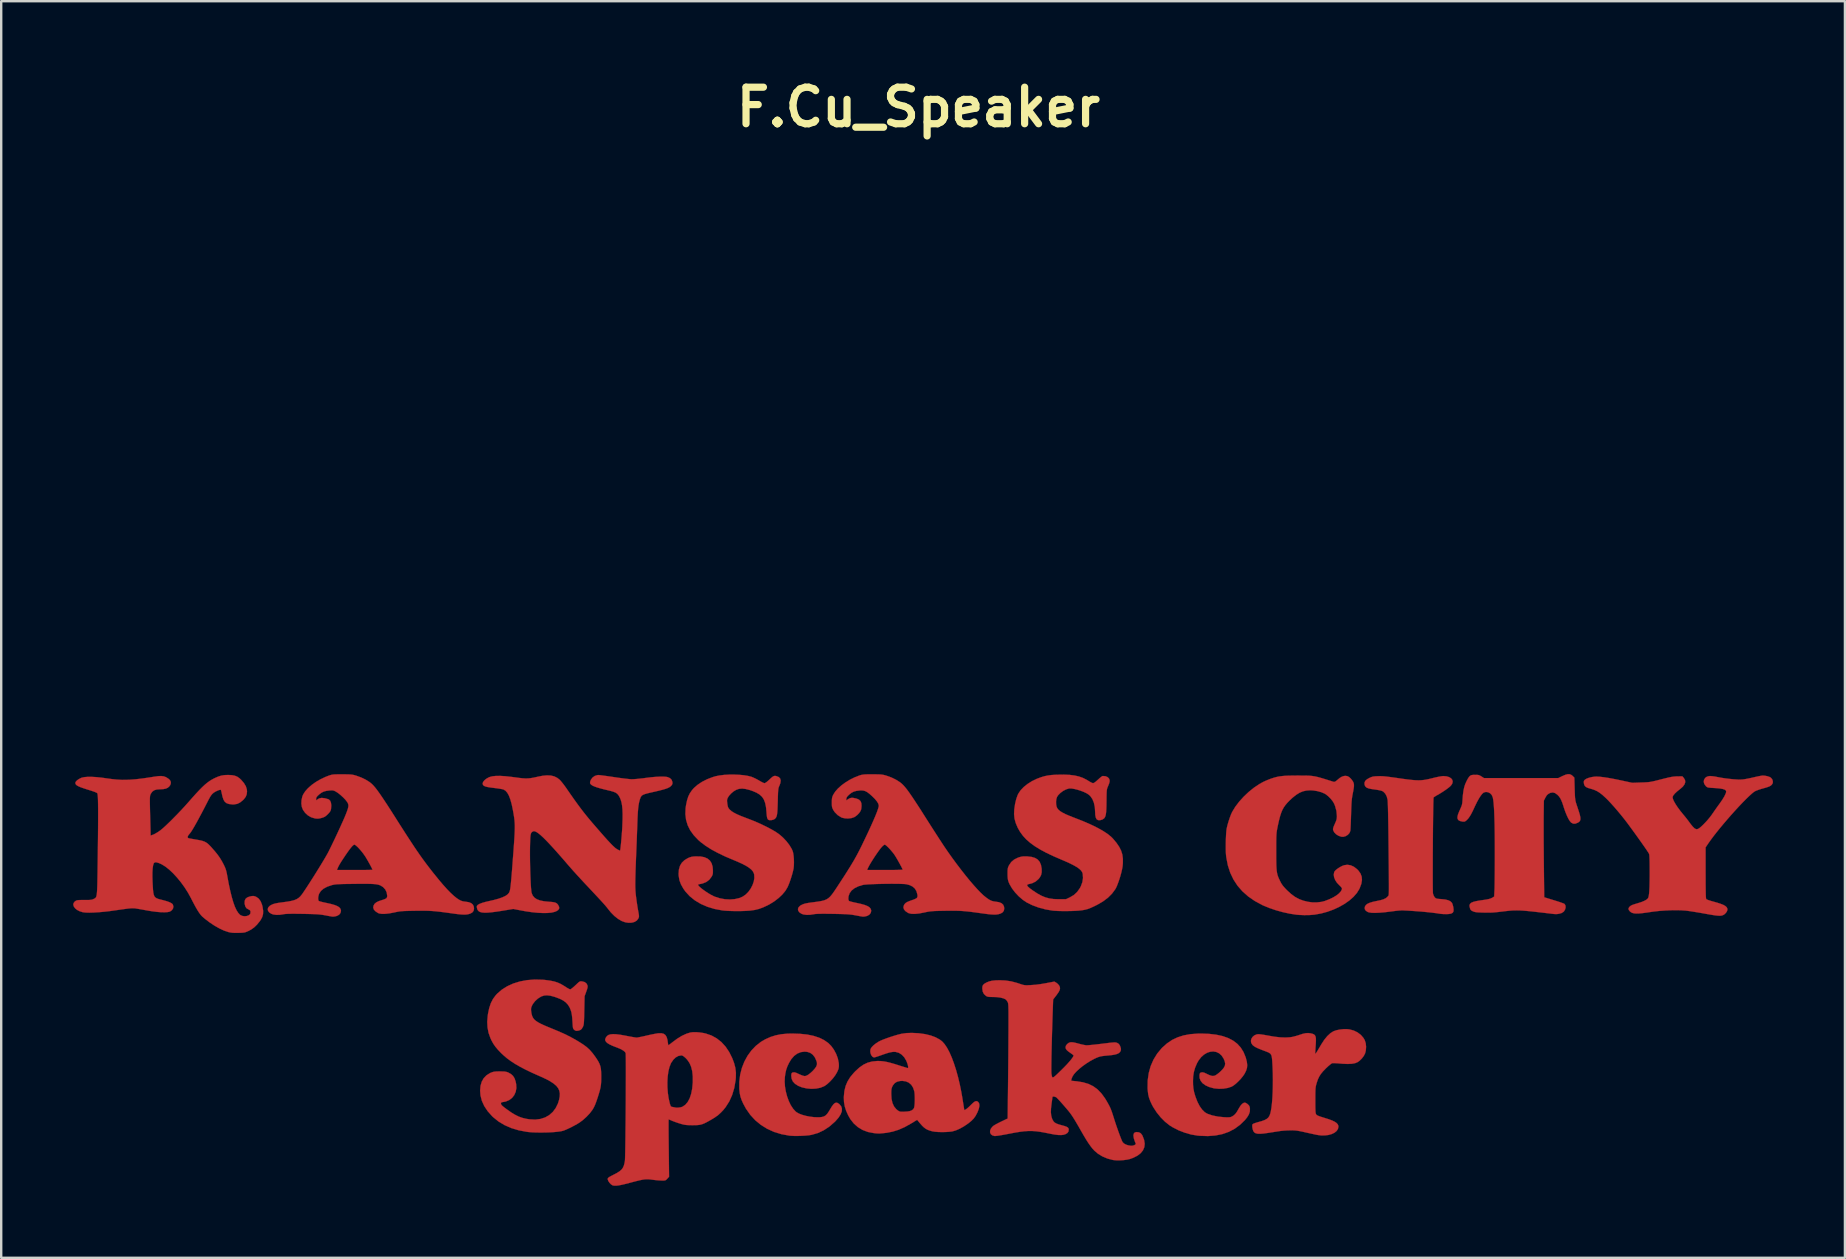
<source format=kicad_pcb>
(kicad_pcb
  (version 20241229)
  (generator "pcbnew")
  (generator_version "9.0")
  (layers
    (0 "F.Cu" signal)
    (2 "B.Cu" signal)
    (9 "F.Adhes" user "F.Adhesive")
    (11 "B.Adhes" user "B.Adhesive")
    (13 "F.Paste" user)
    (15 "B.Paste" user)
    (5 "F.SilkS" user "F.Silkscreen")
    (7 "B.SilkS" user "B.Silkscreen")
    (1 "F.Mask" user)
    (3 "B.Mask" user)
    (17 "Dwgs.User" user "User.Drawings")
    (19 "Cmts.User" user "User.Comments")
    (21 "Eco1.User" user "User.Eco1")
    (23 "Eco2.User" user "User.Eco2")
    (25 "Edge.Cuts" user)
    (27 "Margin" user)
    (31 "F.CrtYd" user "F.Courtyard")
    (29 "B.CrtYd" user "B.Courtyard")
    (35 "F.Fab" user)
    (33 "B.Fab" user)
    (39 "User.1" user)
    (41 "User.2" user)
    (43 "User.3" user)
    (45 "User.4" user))
  (footprint "F.Cu_Speaker"
    (layer "F.Cu")
    (at 35.227 1.418)
    (property "Reference" "F.Cu_Speaker" (at 0 0 0) (layer "F.SilkS") (effects (font (size 1.524 1.524) (thickness 0.3))))
    (attr through_hole)
    (fp_poly (pts (xy -4.93 38.619) (xy -4.634 38.65) (xy -4.37 38.704) (xy -4.138 38.78) (xy -3.934 38.879) (xy -3.763 38.998) (xy -3.634 39.126) (xy -3.52 39.284) (xy -3.426 39.461) (xy -3.358 39.647) (xy -3.321 39.83) (xy -3.315 39.911) (xy -3.316 39.991) (xy -3.325 40.055) (xy -3.345 40.118) (xy -3.381 40.198) (xy -3.393 40.223) (xy -3.465 40.345) (xy -3.56 40.471) (xy -3.67 40.593) (xy -3.784 40.7) (xy -3.893 40.782) (xy -3.931 40.804) (xy -4.088 40.867) (xy -4.269 40.902) (xy -4.463 40.912) (xy -4.659 40.894) (xy -4.85 40.851) (xy -5.01 40.787) (xy -5.14 40.705) (xy -5.232 40.606) (xy -5.285 40.49) (xy -5.3 40.358) (xy -5.296 40.318) (xy -5.285 40.264) (xy -5.261 40.238) (xy -5.218 40.226) (xy -5.164 40.224) (xy -5.099 40.242) (xy -5.025 40.276) (xy -4.943 40.314) (xy -4.861 40.348) (xy -4.812 40.365) (xy -4.753 40.379) (xy -4.706 40.377) (xy -4.65 40.356) (xy -4.63 40.346) (xy -4.572 40.31) (xy -4.499 40.252) (xy -4.423 40.183) (xy -4.397 40.157) (xy -4.31 40.059) (xy -4.255 39.976) (xy -4.229 39.901) (xy -4.229 39.824) (xy -4.247 39.755) (xy -4.314 39.604) (xy -4.4 39.491) (xy -4.506 39.413) (xy -4.634 39.371) (xy -4.741 39.362) (xy -4.901 39.382) (xy -5.048 39.442) (xy -5.182 39.541) (xy -5.301 39.679) (xy -5.394 39.833) (xy -5.462 39.978) (xy -5.511 40.117) (xy -5.544 40.267) (xy -5.566 40.419) (xy -5.575 40.614) (xy -5.561 40.818) (xy -5.526 41.025) (xy -5.473 41.227) (xy -5.404 41.418) (xy -5.321 41.59) (xy -5.226 41.737) (xy -5.122 41.852) (xy -5.077 41.888) (xy -4.976 41.945) (xy -4.843 41.996) (xy -4.687 42.039) (xy -4.518 42.072) (xy -4.346 42.092) (xy -4.181 42.098) (xy -4.132 42.097) (xy -4.024 42.086) (xy -3.939 42.063) (xy -3.867 42.021) (xy -3.802 41.955) (xy -3.735 41.858) (xy -3.683 41.771) (xy -3.607 41.645) (xy -3.542 41.558) (xy -3.483 41.506) (xy -3.426 41.487) (xy -3.368 41.5) (xy -3.305 41.541) (xy -3.292 41.552) (xy -3.219 41.64) (xy -3.187 41.741) (xy -3.194 41.853) (xy -3.242 41.977) (xy -3.33 42.113) (xy -3.458 42.26) (xy -3.49 42.292) (xy -3.712 42.485) (xy -3.947 42.64) (xy -4.196 42.755) (xy -4.454 42.83) (xy -4.456 42.83) (xy -4.568 42.848) (xy -4.71 42.861) (xy -4.87 42.87) (xy -5.033 42.875) (xy -5.189 42.874) (xy -5.323 42.867) (xy -5.376 42.862) (xy -5.707 42.802) (xy -6.017 42.707) (xy -6.303 42.578) (xy -6.564 42.415) (xy -6.8 42.221) (xy -7.008 41.995) (xy -7.187 41.739) (xy -7.305 41.521) (xy -7.37 41.374) (xy -7.415 41.242) (xy -7.444 41.108) (xy -7.461 40.956) (xy -7.465 40.902) (xy -7.464 40.607) (xy -7.428 40.319) (xy -7.357 40.041) (xy -7.254 39.778) (xy -7.121 39.534) (xy -6.96 39.313) (xy -6.773 39.118) (xy -6.563 38.953) (xy -6.373 38.843) (xy -6.163 38.75) (xy -5.949 38.682) (xy -5.722 38.637) (xy -5.473 38.613) (xy -5.262 38.608) (xy -4.93 38.619)) (stroke (width 0.01) (type solid)) (fill yes) (layer "F.Cu"))
    (fp_poly (pts (xy 12.106 38.62) (xy 12.408 38.655) (xy 12.677 38.713) (xy 12.913 38.796) (xy 13.117 38.903) (xy 13.29 39.035) (xy 13.434 39.193) (xy 13.549 39.378) (xy 13.636 39.589) (xy 13.647 39.624) (xy 13.688 39.783) (xy 13.704 39.918) (xy 13.694 40.039) (xy 13.656 40.159) (xy 13.591 40.288) (xy 13.587 40.294) (xy 13.521 40.39) (xy 13.435 40.495) (xy 13.337 40.598) (xy 13.237 40.692) (xy 13.141 40.768) (xy 13.061 40.817) (xy 13.058 40.819) (xy 12.899 40.873) (xy 12.718 40.904) (xy 12.526 40.911) (xy 12.337 40.893) (xy 12.292 40.884) (xy 12.11 40.833) (xy 11.96 40.763) (xy 11.843 40.677) (xy 11.763 40.576) (xy 11.72 40.463) (xy 11.716 40.338) (xy 11.718 40.324) (xy 11.731 40.268) (xy 11.754 40.24) (xy 11.799 40.226) (xy 11.8 40.226) (xy 11.855 40.224) (xy 11.92 40.242) (xy 11.993 40.276) (xy 12.109 40.331) (xy 12.197 40.364) (xy 12.267 40.376) (xy 12.326 40.37) (xy 12.37 40.354) (xy 12.445 40.308) (xy 12.533 40.239) (xy 12.621 40.157) (xy 12.697 40.074) (xy 12.725 40.039) (xy 12.772 39.951) (xy 12.785 39.859) (xy 12.764 39.755) (xy 12.715 39.642) (xy 12.632 39.518) (xy 12.53 39.43) (xy 12.415 39.375) (xy 12.29 39.354) (xy 12.16 39.366) (xy 12.03 39.409) (xy 11.904 39.484) (xy 11.786 39.589) (xy 11.681 39.723) (xy 11.613 39.841) (xy 11.532 40.031) (xy 11.479 40.215) (xy 11.45 40.409) (xy 11.444 40.587) (xy 11.447 40.756) (xy 11.462 40.902) (xy 11.489 41.043) (xy 11.533 41.197) (xy 11.552 41.254) (xy 11.632 41.46) (xy 11.724 41.636) (xy 11.825 41.778) (xy 11.934 41.885) (xy 12.038 41.948) (xy 12.25 42.021) (xy 12.491 42.07) (xy 12.732 42.094) (xy 12.843 42.099) (xy 12.921 42.099) (xy 12.977 42.095) (xy 13.019 42.086) (xy 13.059 42.069) (xy 13.073 42.062) (xy 13.147 42.016) (xy 13.212 41.953) (xy 13.276 41.866) (xy 13.344 41.746) (xy 13.348 41.739) (xy 13.421 41.619) (xy 13.493 41.537) (xy 13.564 41.493) (xy 13.602 41.487) (xy 13.649 41.501) (xy 13.707 41.537) (xy 13.73 41.557) (xy 13.777 41.605) (xy 13.802 41.652) (xy 13.814 41.715) (xy 13.817 41.748) (xy 13.812 41.862) (xy 13.774 41.977) (xy 13.702 42.097) (xy 13.611 42.21) (xy 13.406 42.41) (xy 13.181 42.575) (xy 12.936 42.704) (xy 12.668 42.798) (xy 12.378 42.856) (xy 12.065 42.88) (xy 11.728 42.869) (xy 11.631 42.86) (xy 11.37 42.816) (xy 11.102 42.74) (xy 10.839 42.638) (xy 10.596 42.513) (xy 10.475 42.438) (xy 10.283 42.287) (xy 10.099 42.102) (xy 9.93 41.893) (xy 9.785 41.669) (xy 9.737 41.581) (xy 9.663 41.423) (xy 9.611 41.282) (xy 9.577 41.139) (xy 9.558 40.98) (xy 9.552 40.882) (xy 9.556 40.561) (xy 9.599 40.256) (xy 9.679 39.968) (xy 9.796 39.698) (xy 9.949 39.448) (xy 10.138 39.22) (xy 10.169 39.188) (xy 10.364 39.015) (xy 10.574 38.874) (xy 10.803 38.765) (xy 11.053 38.685) (xy 11.329 38.634) (xy 11.634 38.611) (xy 11.769 38.608) (xy 12.106 38.62)) (stroke (width 0.01) (type solid)) (fill yes) (layer "F.Cu"))
    (fp_poly (pts (xy 22.011 27.888) (xy 22.121 27.921) (xy 22.203 27.972) (xy 22.252 28.037) (xy 22.268 28.113) (xy 22.246 28.197) (xy 22.201 28.264) (xy 22.147 28.319) (xy 22.062 28.387) (xy 21.955 28.464) (xy 21.833 28.545) (xy 21.704 28.625) (xy 21.627 28.668) (xy 21.557 28.709) (xy 21.503 28.744) (xy 21.473 28.766) (xy 21.472 28.769) (xy 21.468 28.795) (xy 21.465 28.859) (xy 21.462 28.959) (xy 21.459 29.09) (xy 21.456 29.249) (xy 21.453 29.432) (xy 21.45 29.636) (xy 21.448 29.857) (xy 21.445 30.092) (xy 21.443 30.336) (xy 21.441 30.587) (xy 21.44 30.84) (xy 21.438 31.093) (xy 21.437 31.341) (xy 21.437 31.58) (xy 21.436 31.808) (xy 21.436 32.021) (xy 21.436 32.214) (xy 21.437 32.385) (xy 21.438 32.53) (xy 21.44 32.645) (xy 21.442 32.726) (xy 21.445 32.771) (xy 21.446 32.775) (xy 21.476 32.863) (xy 21.519 32.931) (xy 21.524 32.936) (xy 21.553 32.962) (xy 21.586 32.979) (xy 21.631 32.99) (xy 21.7 32.998) (xy 21.799 33.005) (xy 21.96 33.022) (xy 22.083 33.053) (xy 22.173 33.097) (xy 22.234 33.158) (xy 22.236 33.161) (xy 22.258 33.21) (xy 22.28 33.284) (xy 22.294 33.351) (xy 22.305 33.455) (xy 22.296 33.527) (xy 22.265 33.575) (xy 22.208 33.605) (xy 22.189 33.611) (xy 22.109 33.625) (xy 22.002 33.63) (xy 21.882 33.628) (xy 21.765 33.619) (xy 21.706 33.61) (xy 21.561 33.588) (xy 21.381 33.566) (xy 21.174 33.544) (xy 20.948 33.523) (xy 20.71 33.505) (xy 20.578 33.496) (xy 20.424 33.486) (xy 20.304 33.48) (xy 20.206 33.476) (xy 20.121 33.476) (xy 20.041 33.48) (xy 19.954 33.488) (xy 19.852 33.5) (xy 19.725 33.517) (xy 19.7 33.52) (xy 19.439 33.552) (xy 19.215 33.571) (xy 19.028 33.579) (xy 18.88 33.574) (xy 18.772 33.556) (xy 18.722 33.539) (xy 18.641 33.483) (xy 18.602 33.418) (xy 18.603 33.341) (xy 18.614 33.308) (xy 18.652 33.249) (xy 18.718 33.199) (xy 18.814 33.156) (xy 18.944 33.117) (xy 19.103 33.083) (xy 19.259 33.05) (xy 19.379 33.014) (xy 19.469 32.972) (xy 19.535 32.922) (xy 19.567 32.886) (xy 19.575 32.877) (xy 19.582 32.87) (xy 19.588 32.862) (xy 19.593 32.852) (xy 19.598 32.837) (xy 19.601 32.813) (xy 19.604 32.78) (xy 19.607 32.733) (xy 19.608 32.672) (xy 19.609 32.593) (xy 19.609 32.493) (xy 19.609 32.371) (xy 19.608 32.223) (xy 19.607 32.048) (xy 19.605 31.843) (xy 19.603 31.604) (xy 19.6 31.331) (xy 19.597 31.02) (xy 19.594 30.723) (xy 19.591 30.438) (xy 19.588 30.166) (xy 19.584 29.911) (xy 19.58 29.677) (xy 19.576 29.466) (xy 19.572 29.281) (xy 19.568 29.126) (xy 19.563 29.003) (xy 19.559 28.917) (xy 19.556 28.869) (xy 19.555 28.868) (xy 19.519 28.727) (xy 19.46 28.613) (xy 19.381 28.53) (xy 19.333 28.501) (xy 19.277 28.482) (xy 19.191 28.463) (xy 19.088 28.445) (xy 19.013 28.435) (xy 18.868 28.414) (xy 18.76 28.39) (xy 18.684 28.359) (xy 18.634 28.318) (xy 18.604 28.265) (xy 18.593 28.225) (xy 18.593 28.145) (xy 18.626 28.074) (xy 18.696 28.011) (xy 18.787 27.959) (xy 18.856 27.927) (xy 18.915 27.906) (xy 18.979 27.893) (xy 19.061 27.886) (xy 19.152 27.882) (xy 19.229 27.88) (xy 19.307 27.881) (xy 19.394 27.887) (xy 19.495 27.896) (xy 19.618 27.911) (xy 19.768 27.931) (xy 19.953 27.957) (xy 19.992 27.963) (xy 20.221 27.996) (xy 20.414 28.021) (xy 20.578 28.039) (xy 20.719 28.05) (xy 20.843 28.054) (xy 20.956 28.05) (xy 21.065 28.039) (xy 21.175 28.021) (xy 21.293 27.996) (xy 21.419 27.965) (xy 21.543 27.935) (xy 21.662 27.909) (xy 21.765 27.89) (xy 21.843 27.879) (xy 21.874 27.877) (xy 22.011 27.888)) (stroke (width 0.01) (type solid)) (fill yes) (layer "F.Cu"))
    (fp_poly (pts (xy -0.272 38.581) (xy 0.013 38.595) (xy 0.275 38.631) (xy 0.512 38.688) (xy 0.718 38.765) (xy 0.892 38.86) (xy 0.993 38.938) (xy 1.092 39.049) (xy 1.192 39.198) (xy 1.291 39.382) (xy 1.387 39.6) (xy 1.479 39.846) (xy 1.567 40.118) (xy 1.649 40.413) (xy 1.724 40.727) (xy 1.791 41.057) (xy 1.834 41.308) (xy 1.913 41.801) (xy 1.976 41.769) (xy 2.017 41.74) (xy 2.078 41.688) (xy 2.148 41.623) (xy 2.191 41.58) (xy 2.278 41.496) (xy 2.347 41.444) (xy 2.402 41.423) (xy 2.45 41.43) (xy 2.495 41.463) (xy 2.498 41.465) (xy 2.535 41.532) (xy 2.541 41.626) (xy 2.517 41.745) (xy 2.462 41.887) (xy 2.458 41.896) (xy 2.388 42.03) (xy 2.311 42.141) (xy 2.214 42.241) (xy 2.089 42.343) (xy 2.078 42.352) (xy 1.899 42.474) (xy 1.724 42.572) (xy 1.56 42.644) (xy 1.414 42.686) (xy 1.388 42.69) (xy 1.261 42.704) (xy 1.116 42.712) (xy 0.966 42.714) (xy 0.822 42.71) (xy 0.694 42.7) (xy 0.595 42.685) (xy 0.581 42.682) (xy 0.47 42.65) (xy 0.379 42.616) (xy 0.301 42.573) (xy 0.226 42.517) (xy 0.148 42.441) (xy 0.059 42.339) (xy -0.004 42.263) (xy -0.053 42.204) (xy -0.318 42.364) (xy -0.576 42.508) (xy -0.824 42.617) (xy -1.069 42.694) (xy -1.322 42.744) (xy -1.43 42.756) (xy -1.534 42.766) (xy -1.609 42.772) (xy -1.669 42.773) (xy -1.728 42.77) (xy -1.798 42.764) (xy -1.863 42.756) (xy -2.106 42.709) (xy -2.326 42.626) (xy -2.522 42.508) (xy -2.693 42.357) (xy -2.838 42.172) (xy -2.927 42.016) (xy -3.014 41.822) (xy -3.071 41.642) (xy -3.101 41.463) (xy -3.108 41.272) (xy -3.106 41.223) (xy -3.097 41.127) (xy -1.132 41.127) (xy -1.12 41.33) (xy -1.082 41.502) (xy -1.017 41.644) (xy -0.924 41.759) (xy -0.846 41.822) (xy -0.807 41.845) (xy -0.769 41.859) (xy -0.72 41.866) (xy -0.647 41.866) (xy -0.571 41.864) (xy -0.456 41.856) (xy -0.372 41.843) (xy -0.307 41.822) (xy -0.286 41.812) (xy -0.222 41.769) (xy -0.186 41.713) (xy -0.176 41.686) (xy -0.164 41.619) (xy -0.155 41.522) (xy -0.151 41.406) (xy -0.151 41.284) (xy -0.155 41.167) (xy -0.163 41.067) (xy -0.171 41.017) (xy -0.221 40.864) (xy -0.298 40.742) (xy -0.402 40.653) (xy -0.528 40.599) (xy -0.676 40.58) (xy -0.768 40.586) (xy -0.893 40.616) (xy -0.988 40.675) (xy -1.061 40.766) (xy -1.079 40.799) (xy -1.104 40.854) (xy -1.119 40.906) (xy -1.128 40.97) (xy -1.131 41.056) (xy -1.132 41.127) (xy -3.097 41.127) (xy -3.084 40.997) (xy -3.034 40.794) (xy -2.955 40.606) (xy -2.843 40.425) (xy -2.694 40.246) (xy -2.625 40.174) (xy -2.454 40.019) (xy -2.287 39.903) (xy -2.115 39.822) (xy -1.931 39.773) (xy -1.73 39.753) (xy -1.672 39.752) (xy -1.556 39.756) (xy -1.437 39.769) (xy -1.308 39.793) (xy -1.162 39.829) (xy -0.99 39.878) (xy -0.828 39.929) (xy -0.71 39.967) (xy -0.605 39.999) (xy -0.52 40.025) (xy -0.463 40.042) (xy -0.439 40.047) (xy -0.427 40.029) (xy -0.429 39.981) (xy -0.443 39.912) (xy -0.469 39.831) (xy -0.503 39.746) (xy -0.506 39.739) (xy -0.59 39.597) (xy -0.694 39.487) (xy -0.813 39.412) (xy -0.944 39.374) (xy -1.001 39.37) (xy -1.071 39.373) (xy -1.144 39.384) (xy -1.229 39.403) (xy -1.334 39.435) (xy -1.465 39.479) (xy -1.554 39.511) (xy -1.654 39.546) (xy -1.742 39.575) (xy -1.808 39.595) (xy -1.845 39.603) (xy -1.846 39.603) (xy -1.903 39.583) (xy -1.95 39.532) (xy -1.986 39.46) (xy -2.005 39.376) (xy -2.003 39.292) (xy -1.989 39.242) (xy -1.946 39.174) (xy -1.871 39.098) (xy -1.775 39.021) (xy -1.666 38.95) (xy -1.597 38.914) (xy -1.488 38.866) (xy -1.35 38.814) (xy -1.195 38.759) (xy -1.033 38.707) (xy -0.878 38.661) (xy -0.74 38.626) (xy -0.699 38.616) (xy -0.506 38.589) (xy -0.281 38.581) (xy -0.272 38.581)) (stroke (width 0.01) (type solid)) (fill yes) (layer "F.Cu"))
    (fp_poly (pts (xy 17.965 38.435) (xy 18.142 38.482) (xy 18.304 38.561) (xy 18.442 38.666) (xy 18.551 38.793) (xy 18.602 38.883) (xy 18.643 39.01) (xy 18.658 39.157) (xy 18.648 39.308) (xy 18.619 39.428) (xy 18.566 39.534) (xy 18.485 39.643) (xy 18.387 39.74) (xy 18.3 39.802) (xy 18.2 39.842) (xy 18.063 39.867) (xy 17.891 39.875) (xy 17.681 39.866) (xy 17.572 39.857) (xy 17.464 39.848) (xy 17.367 39.843) (xy 17.291 39.841) (xy 17.245 39.843) (xy 17.243 39.844) (xy 17.209 39.863) (xy 17.152 39.907) (xy 17.08 39.968) (xy 17 40.043) (xy 16.979 40.063) (xy 16.861 40.185) (xy 16.772 40.294) (xy 16.703 40.403) (xy 16.648 40.522) (xy 16.599 40.665) (xy 16.59 40.697) (xy 16.575 40.752) (xy 16.563 40.804) (xy 16.555 40.859) (xy 16.549 40.925) (xy 16.545 41.008) (xy 16.543 41.115) (xy 16.542 41.252) (xy 16.542 41.392) (xy 16.542 41.56) (xy 16.543 41.69) (xy 16.546 41.788) (xy 16.549 41.86) (xy 16.555 41.911) (xy 16.563 41.946) (xy 16.573 41.97) (xy 16.577 41.976) (xy 16.598 42) (xy 16.634 42.022) (xy 16.69 42.047) (xy 16.773 42.076) (xy 16.89 42.112) (xy 16.915 42.12) (xy 17.099 42.178) (xy 17.244 42.232) (xy 17.353 42.285) (xy 17.43 42.338) (xy 17.479 42.394) (xy 17.502 42.454) (xy 17.505 42.49) (xy 17.485 42.585) (xy 17.428 42.67) (xy 17.34 42.741) (xy 17.226 42.796) (xy 17.089 42.835) (xy 16.936 42.854) (xy 16.77 42.852) (xy 16.659 42.838) (xy 16.601 42.828) (xy 16.511 42.809) (xy 16.398 42.785) (xy 16.271 42.757) (xy 16.151 42.73) (xy 16.006 42.697) (xy 15.892 42.674) (xy 15.799 42.658) (xy 15.717 42.648) (xy 15.635 42.643) (xy 15.546 42.642) (xy 15.505 42.642) (xy 15.384 42.645) (xy 15.258 42.652) (xy 15.145 42.662) (xy 15.081 42.669) (xy 15 42.682) (xy 14.888 42.699) (xy 14.76 42.719) (xy 14.626 42.74) (xy 14.567 42.749) (xy 14.389 42.774) (xy 14.248 42.785) (xy 14.138 42.782) (xy 14.056 42.763) (xy 13.997 42.726) (xy 13.957 42.67) (xy 13.931 42.593) (xy 13.918 42.519) (xy 13.913 42.444) (xy 13.922 42.398) (xy 13.934 42.382) (xy 13.967 42.363) (xy 14.03 42.339) (xy 14.112 42.313) (xy 14.158 42.3) (xy 14.312 42.256) (xy 14.43 42.213) (xy 14.518 42.166) (xy 14.583 42.109) (xy 14.629 42.039) (xy 14.663 41.949) (xy 14.688 41.846) (xy 14.714 41.694) (xy 14.736 41.507) (xy 14.753 41.29) (xy 14.765 41.052) (xy 14.772 40.797) (xy 14.774 40.534) (xy 14.771 40.268) (xy 14.761 40.006) (xy 14.754 39.876) (xy 14.745 39.731) (xy 14.734 39.62) (xy 14.719 39.539) (xy 14.693 39.48) (xy 14.655 39.436) (xy 14.599 39.4) (xy 14.521 39.367) (xy 14.423 39.33) (xy 14.27 39.272) (xy 14.152 39.223) (xy 14.062 39.18) (xy 13.995 39.14) (xy 13.943 39.1) (xy 13.92 39.077) (xy 13.871 38.999) (xy 13.858 38.914) (xy 13.877 38.828) (xy 13.925 38.75) (xy 13.997 38.687) (xy 14.089 38.646) (xy 14.142 38.636) (xy 14.205 38.636) (xy 14.301 38.647) (xy 14.425 38.666) (xy 14.563 38.691) (xy 14.833 38.738) (xy 15.08 38.766) (xy 15.299 38.774) (xy 15.487 38.763) (xy 15.588 38.747) (xy 15.687 38.722) (xy 15.789 38.694) (xy 15.872 38.667) (xy 15.872 38.667) (xy 16.017 38.62) (xy 16.137 38.594) (xy 16.24 38.587) (xy 16.339 38.597) (xy 16.347 38.599) (xy 16.425 38.618) (xy 16.484 38.643) (xy 16.525 38.678) (xy 16.551 38.73) (xy 16.565 38.804) (xy 16.567 38.906) (xy 16.561 39.041) (xy 16.554 39.138) (xy 16.547 39.246) (xy 16.542 39.339) (xy 16.539 39.408) (xy 16.54 39.445) (xy 16.541 39.45) (xy 16.551 39.445) (xy 16.572 39.419) (xy 16.607 39.367) (xy 16.656 39.287) (xy 16.722 39.176) (xy 16.788 39.064) (xy 16.912 38.872) (xy 17.041 38.714) (xy 17.172 38.593) (xy 17.295 38.515) (xy 17.414 38.472) (xy 17.558 38.442) (xy 17.714 38.425) (xy 17.866 38.424) (xy 17.965 38.435)) (stroke (width 0.01) (type solid)) (fill yes) (layer "F.Cu"))
    (fp_poly (pts (xy 27.151 27.801) (xy 27.224 27.835) (xy 27.271 27.875) (xy 27.337 27.941) (xy 27.35 28.39) (xy 27.355 28.545) (xy 27.36 28.667) (xy 27.365 28.762) (xy 27.374 28.84) (xy 27.385 28.909) (xy 27.402 28.977) (xy 27.425 29.052) (xy 27.455 29.142) (xy 27.474 29.199) (xy 27.528 29.363) (xy 27.566 29.492) (xy 27.587 29.592) (xy 27.591 29.669) (xy 27.58 29.726) (xy 27.552 29.77) (xy 27.507 29.805) (xy 27.476 29.823) (xy 27.376 29.86) (xy 27.29 29.859) (xy 27.212 29.82) (xy 27.2 29.811) (xy 27.148 29.75) (xy 27.089 29.653) (xy 27.028 29.527) (xy 26.966 29.377) (xy 26.907 29.208) (xy 26.891 29.157) (xy 26.842 29.006) (xy 26.795 28.888) (xy 26.748 28.796) (xy 26.695 28.721) (xy 26.633 28.657) (xy 26.628 28.652) (xy 26.534 28.585) (xy 26.442 28.559) (xy 26.346 28.574) (xy 26.29 28.598) (xy 26.227 28.639) (xy 26.179 28.692) (xy 26.133 28.77) (xy 26.131 28.775) (xy 26.067 28.9) (xy 26.059 29.558) (xy 26.058 29.701) (xy 26.058 29.881) (xy 26.058 30.091) (xy 26.058 30.324) (xy 26.059 30.575) (xy 26.061 30.836) (xy 26.063 31.103) (xy 26.065 31.368) (xy 26.067 31.572) (xy 26.082 32.928) (xy 26.487 33.052) (xy 26.613 33.091) (xy 26.727 33.128) (xy 26.821 33.161) (xy 26.89 33.187) (xy 26.925 33.203) (xy 26.927 33.205) (xy 26.965 33.263) (xy 26.975 33.339) (xy 26.958 33.422) (xy 26.916 33.501) (xy 26.886 33.534) (xy 26.806 33.585) (xy 26.714 33.612) (xy 26.652 33.623) (xy 26.601 33.629) (xy 26.55 33.629) (xy 26.484 33.624) (xy 26.391 33.614) (xy 26.374 33.612) (xy 26.094 33.578) (xy 25.851 33.55) (xy 25.642 33.526) (xy 25.462 33.507) (xy 25.306 33.493) (xy 25.171 33.482) (xy 25.051 33.476) (xy 24.943 33.474) (xy 24.842 33.475) (xy 24.744 33.479) (xy 24.645 33.487) (xy 24.539 33.498) (xy 24.424 33.511) (xy 24.375 33.517) (xy 24.2 33.538) (xy 24.055 33.553) (xy 23.93 33.563) (xy 23.812 33.568) (xy 23.691 33.568) (xy 23.56 33.566) (xy 23.424 33.562) (xy 23.322 33.557) (xy 23.246 33.55) (xy 23.189 33.54) (xy 23.143 33.526) (xy 23.11 33.513) (xy 23.047 33.479) (xy 23.011 33.443) (xy 22.989 33.39) (xy 22.989 33.387) (xy 22.971 33.311) (xy 22.969 33.259) (xy 22.984 33.216) (xy 22.998 33.196) (xy 23.043 33.156) (xy 23.121 33.122) (xy 23.236 33.091) (xy 23.389 33.064) (xy 23.471 33.052) (xy 23.613 33.032) (xy 23.72 33.013) (xy 23.802 32.994) (xy 23.866 32.972) (xy 23.92 32.945) (xy 23.931 32.938) (xy 23.996 32.898) (xy 24.01 32.625) (xy 24.013 32.555) (xy 24.015 32.447) (xy 24.017 32.306) (xy 24.019 32.136) (xy 24.021 31.943) (xy 24.022 31.73) (xy 24.023 31.503) (xy 24.024 31.266) (xy 24.024 31.032) (xy 24.023 30.618) (xy 24.02 30.246) (xy 24.015 29.915) (xy 24.007 29.624) (xy 23.998 29.373) (xy 23.986 29.162) (xy 23.972 28.99) (xy 23.956 28.857) (xy 23.937 28.761) (xy 23.936 28.757) (xy 23.894 28.664) (xy 23.827 28.594) (xy 23.743 28.55) (xy 23.652 28.538) (xy 23.563 28.562) (xy 23.562 28.562) (xy 23.505 28.609) (xy 23.437 28.693) (xy 23.361 28.811) (xy 23.28 28.959) (xy 23.194 29.134) (xy 23.181 29.163) (xy 23.104 29.329) (xy 23.037 29.46) (xy 22.976 29.562) (xy 22.919 29.642) (xy 22.861 29.704) (xy 22.845 29.719) (xy 22.793 29.76) (xy 22.75 29.776) (xy 22.693 29.775) (xy 22.672 29.772) (xy 22.575 29.75) (xy 22.508 29.714) (xy 22.472 29.661) (xy 22.465 29.587) (xy 22.485 29.488) (xy 22.534 29.36) (xy 22.561 29.3) (xy 22.607 29.198) (xy 22.638 29.121) (xy 22.657 29.054) (xy 22.669 28.985) (xy 22.676 28.899) (xy 22.678 28.861) (xy 22.694 28.656) (xy 22.717 28.485) (xy 22.748 28.34) (xy 22.789 28.212) (xy 22.843 28.093) (xy 22.843 28.092) (xy 22.9 27.986) (xy 22.947 27.913) (xy 22.992 27.866) (xy 23.042 27.839) (xy 23.106 27.828) (xy 23.192 27.825) (xy 23.194 27.825) (xy 23.282 27.826) (xy 23.343 27.833) (xy 23.394 27.851) (xy 23.45 27.883) (xy 23.465 27.892) (xy 23.573 27.961) (xy 26.667 27.961) (xy 26.843 27.875) (xy 26.968 27.822) (xy 27.068 27.797) (xy 27.151 27.801)) (stroke (width 0.01) (type solid)) (fill yes) (layer "F.Cu"))
    (fp_poly (pts (xy -9.107 38.563) (xy -8.953 38.587) (xy -8.86 38.608) (xy -8.624 38.689) (xy -8.408 38.808) (xy -8.212 38.962) (xy -8.038 39.152) (xy -7.887 39.376) (xy -7.759 39.633) (xy -7.684 39.831) (xy -7.63 40.034) (xy -7.606 40.239) (xy -7.61 40.459) (xy -7.619 40.553) (xy -7.674 40.874) (xy -7.762 41.167) (xy -7.882 41.435) (xy -8.035 41.675) (xy -8.13 41.793) (xy -8.232 41.901) (xy -8.335 41.995) (xy -8.452 42.082) (xy -8.592 42.171) (xy -8.686 42.225) (xy -8.817 42.298) (xy -8.923 42.351) (xy -9.015 42.387) (xy -9.105 42.41) (xy -9.203 42.422) (xy -9.319 42.426) (xy -9.43 42.427) (xy -9.554 42.425) (xy -9.649 42.421) (xy -9.727 42.412) (xy -9.8 42.398) (xy -9.882 42.376) (xy -9.943 42.358) (xy -10.048 42.324) (xy -10.153 42.287) (xy -10.242 42.253) (xy -10.279 42.238) (xy -10.343 42.21) (xy -10.391 42.191) (xy -10.409 42.185) (xy -10.411 42.206) (xy -10.413 42.265) (xy -10.413 42.359) (xy -10.413 42.484) (xy -10.413 42.636) (xy -10.412 42.811) (xy -10.41 43.007) (xy -10.408 43.218) (xy -10.406 43.381) (xy -10.392 44.576) (xy -10.465 44.656) (xy -10.503 44.696) (xy -10.535 44.719) (xy -10.573 44.731) (xy -10.631 44.734) (xy -10.703 44.733) (xy -10.8 44.729) (xy -10.918 44.719) (xy -11.039 44.706) (xy -11.093 44.699) (xy -11.18 44.688) (xy -11.257 44.681) (xy -11.333 44.68) (xy -11.412 44.686) (xy -11.501 44.699) (xy -11.608 44.721) (xy -11.737 44.752) (xy -11.897 44.793) (xy -12.031 44.829) (xy -12.221 44.878) (xy -12.375 44.914) (xy -12.498 44.937) (xy -12.596 44.949) (xy -12.672 44.949) (xy -12.731 44.938) (xy -12.757 44.928) (xy -12.816 44.888) (xy -12.874 44.827) (xy -12.921 44.758) (xy -12.947 44.694) (xy -12.95 44.664) (xy -12.941 44.638) (xy -12.918 44.612) (xy -12.875 44.582) (xy -12.804 44.543) (xy -12.705 44.492) (xy -12.562 44.417) (xy -12.453 44.347) (xy -12.373 44.278) (xy -12.316 44.2) (xy -12.275 44.107) (xy -12.246 43.992) (xy -12.232 43.91) (xy -12.229 43.87) (xy -12.226 43.791) (xy -12.223 43.678) (xy -12.219 43.533) (xy -12.216 43.361) (xy -12.213 43.164) (xy -12.21 42.947) (xy -12.208 42.712) (xy -12.205 42.464) (xy -12.202 42.205) (xy -12.2 41.939) (xy -12.198 41.669) (xy -12.196 41.4) (xy -12.195 41.133) (xy -12.194 40.874) (xy -12.193 40.626) (xy -12.193 40.612) (xy -10.463 40.612) (xy -10.461 40.843) (xy -10.444 41.077) (xy -10.411 41.304) (xy -10.363 41.517) (xy -10.358 41.534) (xy -10.336 41.602) (xy -10.316 41.64) (xy -10.288 41.659) (xy -10.247 41.668) (xy -10.19 41.678) (xy -10.152 41.687) (xy -10.149 41.688) (xy -10.08 41.698) (xy -9.991 41.694) (xy -9.899 41.679) (xy -9.829 41.655) (xy -9.713 41.575) (xy -9.614 41.458) (xy -9.533 41.307) (xy -9.471 41.121) (xy -9.428 40.904) (xy -9.405 40.658) (xy -9.404 40.64) (xy -9.404 40.393) (xy -9.426 40.179) (xy -9.472 39.994) (xy -9.541 39.835) (xy -9.636 39.698) (xy -9.703 39.627) (xy -9.771 39.567) (xy -9.823 39.533) (xy -9.868 39.52) (xy -9.889 39.519) (xy -10.002 39.54) (xy -10.112 39.6) (xy -10.213 39.695) (xy -10.3 39.821) (xy -10.317 39.854) (xy -10.376 40.003) (xy -10.42 40.184) (xy -10.449 40.389) (xy -10.463 40.612) (xy -12.193 40.612) (xy -12.192 40.391) (xy -12.192 40.173) (xy -12.192 39.976) (xy -12.193 39.804) (xy -12.194 39.659) (xy -12.196 39.546) (xy -12.198 39.467) (xy -12.2 39.426) (xy -12.201 39.423) (xy -12.234 39.369) (xy -12.306 39.312) (xy -12.413 39.253) (xy -12.553 39.193) (xy -12.586 39.181) (xy -12.751 39.117) (xy -12.878 39.057) (xy -12.966 39.002) (xy -13.015 38.955) (xy -13.051 38.898) (xy -13.055 38.845) (xy -13.03 38.782) (xy -13.017 38.76) (xy -12.972 38.705) (xy -12.911 38.665) (xy -12.83 38.641) (xy -12.725 38.632) (xy -12.593 38.637) (xy -12.43 38.657) (xy -12.232 38.692) (xy -12.171 38.704) (xy -12.047 38.728) (xy -11.934 38.748) (xy -11.841 38.764) (xy -11.774 38.774) (xy -11.744 38.777) (xy -11.706 38.773) (xy -11.634 38.759) (xy -11.537 38.74) (xy -11.424 38.715) (xy -11.332 38.694) (xy -11.202 38.664) (xy -11.077 38.638) (xy -10.964 38.616) (xy -10.876 38.601) (xy -10.837 38.596) (xy -10.712 38.594) (xy -10.615 38.618) (xy -10.543 38.671) (xy -10.492 38.756) (xy -10.458 38.877) (xy -10.446 38.963) (xy -10.436 39.031) (xy -10.427 39.079) (xy -10.42 39.095) (xy -10.399 39.082) (xy -10.354 39.049) (xy -10.293 39.002) (xy -10.268 38.982) (xy -10.055 38.824) (xy -9.856 38.702) (xy -9.667 38.615) (xy -9.506 38.565) (xy -9.397 38.551) (xy -9.26 38.55) (xy -9.107 38.563)) (stroke (width 0.01) (type solid)) (fill yes) (layer "F.Cu"))
    (fp_poly (pts (xy 15.982 27.856) (xy 16.119 27.856) (xy 16.235 27.859) (xy 16.338 27.865) (xy 16.433 27.876) (xy 16.528 27.891) (xy 16.629 27.913) (xy 16.741 27.943) (xy 16.872 27.981) (xy 17.028 28.029) (xy 17.215 28.088) (xy 17.307 28.118) (xy 17.341 28.119) (xy 17.383 28.099) (xy 17.442 28.054) (xy 17.461 28.037) (xy 17.563 27.953) (xy 17.651 27.901) (xy 17.734 27.874) (xy 17.794 27.868) (xy 17.874 27.878) (xy 17.947 27.915) (xy 18.022 27.984) (xy 18.07 28.043) (xy 18.111 28.103) (xy 18.138 28.161) (xy 18.152 28.226) (xy 18.152 28.305) (xy 18.139 28.407) (xy 18.115 28.54) (xy 18.108 28.573) (xy 18.091 28.664) (xy 18.077 28.747) (xy 18.065 28.831) (xy 18.056 28.921) (xy 18.049 29.026) (xy 18.043 29.153) (xy 18.037 29.308) (xy 18.032 29.475) (xy 18.027 29.635) (xy 18.022 29.785) (xy 18.016 29.918) (xy 18.011 30.027) (xy 18.006 30.108) (xy 18.002 30.154) (xy 18.002 30.158) (xy 17.966 30.247) (xy 17.899 30.323) (xy 17.811 30.379) (xy 17.713 30.408) (xy 17.625 30.405) (xy 17.508 30.364) (xy 17.407 30.301) (xy 17.33 30.221) (xy 17.285 30.131) (xy 17.283 30.121) (xy 17.28 30.079) (xy 17.292 30.024) (xy 17.32 29.949) (xy 17.355 29.87) (xy 17.397 29.774) (xy 17.423 29.701) (xy 17.436 29.636) (xy 17.441 29.564) (xy 17.441 29.535) (xy 17.422 29.33) (xy 17.365 29.122) (xy 17.325 29.024) (xy 17.265 28.923) (xy 17.179 28.816) (xy 17.079 28.716) (xy 16.977 28.636) (xy 16.935 28.61) (xy 16.796 28.55) (xy 16.631 28.504) (xy 16.457 28.476) (xy 16.326 28.469) (xy 16.169 28.48) (xy 16.023 28.513) (xy 15.882 28.573) (xy 15.739 28.662) (xy 15.588 28.783) (xy 15.471 28.892) (xy 15.374 28.992) (xy 15.293 29.088) (xy 15.225 29.186) (xy 15.167 29.293) (xy 15.117 29.415) (xy 15.071 29.558) (xy 15.027 29.728) (xy 14.982 29.931) (xy 14.961 30.035) (xy 14.948 30.103) (xy 14.937 30.166) (xy 14.929 30.229) (xy 14.923 30.298) (xy 14.918 30.379) (xy 14.915 30.478) (xy 14.913 30.6) (xy 14.912 30.75) (xy 14.912 30.934) (xy 14.912 31.03) (xy 14.912 31.251) (xy 14.914 31.435) (xy 14.917 31.586) (xy 14.923 31.712) (xy 14.932 31.816) (xy 14.945 31.904) (xy 14.962 31.982) (xy 14.985 32.054) (xy 15.014 32.127) (xy 15.05 32.204) (xy 15.076 32.258) (xy 15.121 32.345) (xy 15.169 32.419) (xy 15.228 32.493) (xy 15.305 32.577) (xy 15.366 32.639) (xy 15.533 32.792) (xy 15.695 32.911) (xy 15.862 33.002) (xy 16.044 33.07) (xy 16.233 33.116) (xy 16.421 33.141) (xy 16.616 33.141) (xy 16.802 33.119) (xy 16.933 33.085) (xy 17.116 33.015) (xy 17.278 32.938) (xy 17.415 32.856) (xy 17.525 32.771) (xy 17.603 32.687) (xy 17.646 32.606) (xy 17.653 32.561) (xy 17.637 32.529) (xy 17.598 32.48) (xy 17.542 32.425) (xy 17.538 32.422) (xy 17.442 32.32) (xy 17.37 32.209) (xy 17.325 32.094) (xy 17.31 31.985) (xy 17.327 31.888) (xy 17.348 31.845) (xy 17.397 31.792) (xy 17.474 31.732) (xy 17.566 31.673) (xy 17.661 31.623) (xy 17.743 31.592) (xy 17.878 31.573) (xy 18.015 31.595) (xy 18.15 31.656) (xy 18.28 31.756) (xy 18.338 31.815) (xy 18.425 31.937) (xy 18.474 32.067) (xy 18.486 32.209) (xy 18.46 32.366) (xy 18.396 32.539) (xy 18.373 32.589) (xy 18.272 32.751) (xy 18.134 32.909) (xy 17.963 33.06) (xy 17.764 33.2) (xy 17.542 33.327) (xy 17.302 33.438) (xy 17.049 33.531) (xy 16.788 33.602) (xy 16.522 33.65) (xy 16.499 33.653) (xy 16.3 33.669) (xy 16.081 33.672) (xy 15.862 33.663) (xy 15.748 33.653) (xy 15.476 33.611) (xy 15.188 33.548) (xy 14.899 33.468) (xy 14.622 33.374) (xy 14.371 33.27) (xy 14.332 33.252) (xy 14.02 33.083) (xy 13.744 32.893) (xy 13.504 32.68) (xy 13.299 32.445) (xy 13.13 32.186) (xy 12.996 31.905) (xy 12.897 31.599) (xy 12.833 31.27) (xy 12.824 31.204) (xy 12.816 31.104) (xy 12.811 30.976) (xy 12.81 30.828) (xy 12.811 30.669) (xy 12.814 30.509) (xy 12.821 30.358) (xy 12.829 30.224) (xy 12.84 30.117) (xy 12.847 30.067) (xy 12.88 29.924) (xy 12.925 29.769) (xy 12.976 29.615) (xy 13.029 29.475) (xy 13.078 29.369) (xy 13.206 29.157) (xy 13.369 28.943) (xy 13.558 28.734) (xy 13.766 28.537) (xy 13.987 28.359) (xy 14.213 28.208) (xy 14.362 28.125) (xy 14.469 28.075) (xy 14.591 28.024) (xy 14.703 27.981) (xy 14.711 27.979) (xy 14.819 27.944) (xy 14.922 27.916) (xy 15.026 27.894) (xy 15.137 27.879) (xy 15.262 27.867) (xy 15.409 27.86) (xy 15.583 27.857) (xy 15.793 27.855) (xy 15.82 27.855) (xy 15.982 27.856)) (stroke (width 0.01) (type solid)) (fill yes) (layer "F.Cu"))
    (fp_poly (pts (xy -7.477 27.823) (xy -7.281 27.841) (xy -7.107 27.869) (xy -6.963 27.906) (xy -6.956 27.908) (xy -6.869 27.944) (xy -6.765 27.994) (xy -6.663 28.049) (xy -6.636 28.066) (xy -6.555 28.112) (xy -6.483 28.149) (xy -6.431 28.17) (xy -6.414 28.173) (xy -6.373 28.157) (xy -6.311 28.113) (xy -6.234 28.045) (xy -6.226 28.038) (xy -6.143 27.96) (xy -6.082 27.909) (xy -6.034 27.88) (xy -5.991 27.869) (xy -5.945 27.872) (xy -5.909 27.881) (xy -5.817 27.92) (xy -5.76 27.982) (xy -5.74 28.067) (xy -5.755 28.173) (xy -5.792 28.273) (xy -5.81 28.312) (xy -5.823 28.348) (xy -5.833 28.388) (xy -5.841 28.438) (xy -5.847 28.502) (xy -5.852 28.589) (xy -5.856 28.703) (xy -5.86 28.85) (xy -5.862 28.935) (xy -5.868 29.118) (xy -5.873 29.263) (xy -5.881 29.377) (xy -5.891 29.464) (xy -5.904 29.53) (xy -5.921 29.579) (xy -5.944 29.617) (xy -5.973 29.65) (xy -5.987 29.663) (xy -6.038 29.691) (xy -6.11 29.71) (xy -6.133 29.713) (xy -6.198 29.715) (xy -6.246 29.704) (xy -6.28 29.674) (xy -6.303 29.621) (xy -6.318 29.537) (xy -6.329 29.418) (xy -6.332 29.373) (xy -6.352 29.167) (xy -6.387 28.997) (xy -6.44 28.857) (xy -6.515 28.742) (xy -6.618 28.647) (xy -6.75 28.567) (xy -6.918 28.496) (xy -7.027 28.459) (xy -7.201 28.414) (xy -7.349 28.397) (xy -7.48 28.41) (xy -7.599 28.452) (xy -7.6 28.453) (xy -7.707 28.518) (xy -7.808 28.604) (xy -7.894 28.699) (xy -7.949 28.788) (xy -7.968 28.837) (xy -7.976 28.885) (xy -7.974 28.946) (xy -7.964 29.033) (xy -7.949 29.12) (xy -7.932 29.179) (xy -7.906 29.225) (xy -7.865 29.273) (xy -7.86 29.278) (xy -7.788 29.34) (xy -7.69 29.403) (xy -7.563 29.468) (xy -7.403 29.538) (xy -7.21 29.612) (xy -6.886 29.737) (xy -6.594 29.863) (xy -6.323 29.994) (xy -6.06 30.136) (xy -5.954 30.198) (xy -5.797 30.307) (xy -5.643 30.441) (xy -5.501 30.592) (xy -5.378 30.751) (xy -5.282 30.91) (xy -5.243 30.997) (xy -5.219 31.083) (xy -5.202 31.198) (xy -5.191 31.332) (xy -5.187 31.473) (xy -5.191 31.608) (xy -5.203 31.727) (xy -5.206 31.742) (xy -5.233 31.864) (xy -5.273 32.011) (xy -5.322 32.167) (xy -5.375 32.319) (xy -5.429 32.452) (xy -5.452 32.504) (xy -5.543 32.657) (xy -5.67 32.811) (xy -5.827 32.96) (xy -6.007 33.098) (xy -6.205 33.221) (xy -6.285 33.263) (xy -6.475 33.351) (xy -6.648 33.414) (xy -6.819 33.456) (xy -7.001 33.482) (xy -7.02 33.484) (xy -7.188 33.495) (xy -7.375 33.502) (xy -7.571 33.504) (xy -7.765 33.501) (xy -7.945 33.494) (xy -8.1 33.483) (xy -8.173 33.475) (xy -8.498 33.414) (xy -8.798 33.323) (xy -9.07 33.204) (xy -9.315 33.058) (xy -9.529 32.886) (xy -9.711 32.688) (xy -9.797 32.567) (xy -9.897 32.389) (xy -9.961 32.215) (xy -9.991 32.034) (xy -9.995 31.949) (xy -9.981 31.768) (xy -9.936 31.615) (xy -9.858 31.486) (xy -9.746 31.38) (xy -9.617 31.302) (xy -9.537 31.266) (xy -9.467 31.244) (xy -9.387 31.231) (xy -9.287 31.225) (xy -9.09 31.227) (xy -8.925 31.257) (xy -8.792 31.314) (xy -8.69 31.399) (xy -8.619 31.512) (xy -8.577 31.655) (xy -8.565 31.8) (xy -8.565 31.892) (xy -8.571 31.956) (xy -8.587 32.008) (xy -8.615 32.062) (xy -8.62 32.071) (xy -8.717 32.198) (xy -8.842 32.292) (xy -8.993 32.353) (xy -9.086 32.373) (xy -9.144 32.385) (xy -9.181 32.398) (xy -9.186 32.405) (xy -9.169 32.44) (xy -9.121 32.492) (xy -9.048 32.555) (xy -8.957 32.624) (xy -8.855 32.696) (xy -8.747 32.766) (xy -8.64 32.828) (xy -8.541 32.879) (xy -8.49 32.902) (xy -8.282 32.969) (xy -8.068 33.009) (xy -7.854 33.02) (xy -7.65 33.004) (xy -7.464 32.961) (xy -7.32 32.899) (xy -7.196 32.813) (xy -7.085 32.7) (xy -6.989 32.566) (xy -6.914 32.421) (xy -6.862 32.272) (xy -6.837 32.126) (xy -6.843 31.99) (xy -6.857 31.933) (xy -6.895 31.854) (xy -6.96 31.777) (xy -7.053 31.7) (xy -7.178 31.62) (xy -7.337 31.536) (xy -7.533 31.447) (xy -7.694 31.38) (xy -8.045 31.231) (xy -8.355 31.083) (xy -8.627 30.936) (xy -8.862 30.788) (xy -9.064 30.637) (xy -9.175 30.541) (xy -9.363 30.342) (xy -9.511 30.137) (xy -9.617 29.923) (xy -9.684 29.699) (xy -9.712 29.461) (xy -9.702 29.208) (xy -9.683 29.08) (xy -9.642 28.888) (xy -9.591 28.728) (xy -9.523 28.59) (xy -9.436 28.465) (xy -9.359 28.377) (xy -9.205 28.242) (xy -9.018 28.117) (xy -8.806 28.009) (xy -8.577 27.921) (xy -8.45 27.883) (xy -8.288 27.851) (xy -8.101 27.828) (xy -7.897 27.816) (xy -7.686 27.815) (xy -7.477 27.823)) (stroke (width 0.01) (type solid)) (fill yes) (layer "F.Cu"))
    (fp_poly (pts (xy 6.3 27.827) (xy 6.509 27.853) (xy 6.693 27.895) (xy 6.859 27.954) (xy 7.011 28.031) (xy 7.071 28.068) (xy 7.148 28.115) (xy 7.217 28.151) (xy 7.268 28.171) (xy 7.28 28.173) (xy 7.324 28.156) (xy 7.392 28.108) (xy 7.481 28.029) (xy 7.485 28.025) (xy 7.555 27.962) (xy 7.616 27.912) (xy 7.661 27.881) (xy 7.678 27.874) (xy 7.79 27.881) (xy 7.879 27.916) (xy 7.94 27.974) (xy 7.958 28.01) (xy 7.969 28.06) (xy 7.967 28.114) (xy 7.949 28.183) (xy 7.913 28.275) (xy 7.898 28.31) (xy 7.88 28.353) (xy 7.867 28.392) (xy 7.857 28.434) (xy 7.85 28.486) (xy 7.845 28.554) (xy 7.842 28.645) (xy 7.84 28.765) (xy 7.839 28.921) (xy 7.838 28.924) (xy 7.836 29.109) (xy 7.831 29.257) (xy 7.824 29.373) (xy 7.813 29.462) (xy 7.798 29.53) (xy 7.778 29.582) (xy 7.753 29.623) (xy 7.736 29.642) (xy 7.669 29.688) (xy 7.582 29.713) (xy 7.493 29.712) (xy 7.481 29.709) (xy 7.428 29.676) (xy 7.392 29.605) (xy 7.371 29.497) (xy 7.366 29.383) (xy 7.353 29.174) (xy 7.314 28.99) (xy 7.251 28.835) (xy 7.164 28.71) (xy 7.098 28.65) (xy 7.009 28.593) (xy 6.894 28.538) (xy 6.764 28.488) (xy 6.628 28.445) (xy 6.497 28.413) (xy 6.381 28.394) (xy 6.289 28.392) (xy 6.271 28.395) (xy 6.151 28.433) (xy 6.028 28.498) (xy 5.916 28.581) (xy 5.824 28.675) (xy 5.777 28.747) (xy 5.749 28.833) (xy 5.737 28.941) (xy 5.74 29.055) (xy 5.757 29.145) (xy 5.785 29.212) (xy 5.832 29.274) (xy 5.902 29.335) (xy 5.999 29.396) (xy 6.125 29.461) (xy 6.285 29.53) (xy 6.482 29.608) (xy 6.497 29.613) (xy 6.849 29.751) (xy 7.163 29.887) (xy 7.439 30.021) (xy 7.676 30.152) (xy 7.872 30.279) (xy 8.027 30.403) (xy 8.111 30.487) (xy 8.257 30.663) (xy 8.369 30.827) (xy 8.449 30.987) (xy 8.499 31.148) (xy 8.522 31.32) (xy 8.521 31.508) (xy 8.51 31.634) (xy 8.49 31.752) (xy 8.458 31.892) (xy 8.417 32.043) (xy 8.369 32.197) (xy 8.318 32.341) (xy 8.268 32.468) (xy 8.221 32.565) (xy 8.21 32.584) (xy 8.071 32.774) (xy 7.899 32.946) (xy 7.691 33.102) (xy 7.461 33.236) (xy 7.304 33.314) (xy 7.172 33.373) (xy 7.056 33.417) (xy 6.944 33.447) (xy 6.827 33.468) (xy 6.693 33.483) (xy 6.681 33.484) (xy 6.533 33.494) (xy 6.364 33.5) (xy 6.185 33.503) (xy 6.006 33.503) (xy 5.839 33.499) (xy 5.694 33.492) (xy 5.597 33.484) (xy 5.301 33.434) (xy 5.012 33.357) (xy 4.741 33.256) (xy 4.518 33.146) (xy 4.347 33.031) (xy 4.182 32.889) (xy 4.031 32.728) (xy 3.901 32.557) (xy 3.8 32.384) (xy 3.766 32.307) (xy 3.742 32.24) (xy 3.728 32.172) (xy 3.72 32.091) (xy 3.716 31.984) (xy 3.716 31.95) (xy 3.716 31.844) (xy 3.72 31.77) (xy 3.728 31.713) (xy 3.744 31.664) (xy 3.769 31.61) (xy 3.779 31.59) (xy 3.869 31.459) (xy 3.992 31.355) (xy 4.147 31.278) (xy 4.198 31.26) (xy 4.281 31.238) (xy 4.357 31.226) (xy 4.443 31.223) (xy 4.548 31.226) (xy 4.724 31.247) (xy 4.866 31.291) (xy 4.975 31.359) (xy 5.055 31.455) (xy 5.108 31.579) (xy 5.136 31.735) (xy 5.137 31.749) (xy 5.138 31.886) (xy 5.114 32) (xy 5.06 32.101) (xy 5.006 32.168) (xy 4.883 32.274) (xy 4.737 32.345) (xy 4.62 32.374) (xy 4.561 32.389) (xy 4.533 32.413) (xy 4.537 32.447) (xy 4.575 32.494) (xy 4.647 32.557) (xy 4.755 32.636) (xy 4.773 32.649) (xy 4.959 32.771) (xy 5.128 32.864) (xy 5.29 32.931) (xy 5.454 32.976) (xy 5.63 33.001) (xy 5.828 33.009) (xy 5.853 33.009) (xy 6.149 33.009) (xy 6.314 32.931) (xy 6.478 32.834) (xy 6.612 32.711) (xy 6.723 32.557) (xy 6.767 32.477) (xy 6.832 32.303) (xy 6.86 32.125) (xy 6.849 31.952) (xy 6.848 31.949) (xy 6.824 31.879) (xy 6.776 31.81) (xy 6.701 31.74) (xy 6.597 31.667) (xy 6.461 31.589) (xy 6.291 31.504) (xy 6.083 31.411) (xy 5.957 31.358) (xy 5.625 31.214) (xy 5.332 31.075) (xy 5.075 30.937) (xy 4.852 30.8) (xy 4.66 30.66) (xy 4.496 30.517) (xy 4.358 30.367) (xy 4.242 30.209) (xy 4.145 30.042) (xy 4.137 30.025) (xy 4.055 29.832) (xy 4.006 29.65) (xy 3.987 29.465) (xy 3.996 29.265) (xy 3.997 29.252) (xy 4.028 29.041) (xy 4.073 28.85) (xy 4.128 28.688) (xy 4.166 28.607) (xy 4.26 28.468) (xy 4.39 28.333) (xy 4.549 28.205) (xy 4.73 28.09) (xy 4.927 27.995) (xy 4.971 27.977) (xy 5.124 27.921) (xy 5.263 27.88) (xy 5.4 27.852) (xy 5.549 27.833) (xy 5.723 27.822) (xy 5.789 27.82) (xy 6.062 27.816) (xy 6.3 27.827)) (stroke (width 0.01) (type solid)) (fill yes) (layer "F.Cu"))
    (fp_poly (pts (xy -15.665 36.365) (xy -15.553 36.375) (xy -15.352 36.402) (xy -15.183 36.436) (xy -15.035 36.483) (xy -14.898 36.545) (xy -14.761 36.626) (xy -14.725 36.649) (xy -14.647 36.7) (xy -14.578 36.739) (xy -14.528 36.763) (xy -14.512 36.767) (xy -14.482 36.753) (xy -14.429 36.714) (xy -14.362 36.658) (xy -14.293 36.595) (xy -14.216 36.522) (xy -14.162 36.473) (xy -14.123 36.445) (xy -14.091 36.432) (xy -14.057 36.43) (xy -14.018 36.434) (xy -13.913 36.461) (xy -13.838 36.515) (xy -13.794 36.594) (xy -13.793 36.6) (xy -13.787 36.643) (xy -13.791 36.693) (xy -13.809 36.761) (xy -13.842 36.856) (xy -13.844 36.862) (xy -13.913 37.052) (xy -13.926 37.645) (xy -13.929 37.82) (xy -13.933 37.959) (xy -13.937 38.065) (xy -13.942 38.146) (xy -13.948 38.206) (xy -13.955 38.251) (xy -13.965 38.286) (xy -13.978 38.317) (xy -13.985 38.333) (xy -14.03 38.409) (xy -14.081 38.455) (xy -14.152 38.482) (xy -14.196 38.49) (xy -14.259 38.496) (xy -14.304 38.481) (xy -14.342 38.454) (xy -14.366 38.431) (xy -14.383 38.407) (xy -14.395 38.374) (xy -14.403 38.323) (xy -14.409 38.247) (xy -14.416 38.137) (xy -14.417 38.123) (xy -14.428 37.958) (xy -14.443 37.827) (xy -14.463 37.719) (xy -14.492 37.626) (xy -14.529 37.537) (xy -14.547 37.501) (xy -14.615 37.396) (xy -14.7 37.306) (xy -14.809 37.228) (xy -14.948 37.158) (xy -15.121 37.092) (xy -15.177 37.074) (xy -15.34 37.03) (xy -15.478 37.014) (xy -15.599 37.023) (xy -15.711 37.06) (xy -15.728 37.068) (xy -15.859 37.149) (xy -15.976 37.256) (xy -16.068 37.375) (xy -16.101 37.436) (xy -16.133 37.513) (xy -16.145 37.577) (xy -16.143 37.649) (xy -16.14 37.673) (xy -16.125 37.778) (xy -16.101 37.867) (xy -16.067 37.944) (xy -16.017 38.013) (xy -15.947 38.076) (xy -15.854 38.138) (xy -15.734 38.202) (xy -15.583 38.272) (xy -15.397 38.35) (xy -15.343 38.372) (xy -15.079 38.481) (xy -14.848 38.581) (xy -14.642 38.678) (xy -14.454 38.775) (xy -14.274 38.875) (xy -14.097 38.983) (xy -13.97 39.065) (xy -13.829 39.168) (xy -13.7 39.286) (xy -13.577 39.427) (xy -13.452 39.598) (xy -13.405 39.668) (xy -13.339 39.775) (xy -13.291 39.871) (xy -13.257 39.965) (xy -13.235 40.068) (xy -13.224 40.189) (xy -13.219 40.338) (xy -13.219 40.407) (xy -13.22 40.544) (xy -13.225 40.659) (xy -13.234 40.761) (xy -13.25 40.859) (xy -13.275 40.965) (xy -13.309 41.086) (xy -13.355 41.234) (xy -13.38 41.31) (xy -13.432 41.463) (xy -13.479 41.583) (xy -13.525 41.682) (xy -13.575 41.768) (xy -13.587 41.787) (xy -13.695 41.93) (xy -13.831 42.075) (xy -13.981 42.21) (xy -14.115 42.31) (xy -14.207 42.368) (xy -14.321 42.432) (xy -14.447 42.499) (xy -14.574 42.561) (xy -14.69 42.614) (xy -14.784 42.651) (xy -14.806 42.659) (xy -14.901 42.681) (xy -15.031 42.699) (xy -15.188 42.714) (xy -15.364 42.725) (xy -15.551 42.731) (xy -15.741 42.733) (xy -15.928 42.731) (xy -16.103 42.724) (xy -16.259 42.711) (xy -16.322 42.703) (xy -16.658 42.64) (xy -16.968 42.547) (xy -17.25 42.423) (xy -17.504 42.27) (xy -17.728 42.089) (xy -17.77 42.048) (xy -17.953 41.842) (xy -18.094 41.63) (xy -18.193 41.413) (xy -18.251 41.188) (xy -18.267 40.985) (xy -18.25 40.787) (xy -18.2 40.615) (xy -18.117 40.468) (xy -18.001 40.348) (xy -17.855 40.256) (xy -17.803 40.233) (xy -17.741 40.211) (xy -17.679 40.197) (xy -17.604 40.189) (xy -17.505 40.186) (xy -17.441 40.186) (xy -17.328 40.187) (xy -17.246 40.192) (xy -17.184 40.202) (xy -17.129 40.218) (xy -17.09 40.234) (xy -16.978 40.297) (xy -16.894 40.374) (xy -16.832 40.474) (xy -16.788 40.603) (xy -16.765 40.715) (xy -16.756 40.881) (xy -16.784 41.036) (xy -16.845 41.174) (xy -16.936 41.29) (xy -17.054 41.38) (xy -17.195 41.439) (xy -17.295 41.459) (xy -17.358 41.469) (xy -17.389 41.484) (xy -17.398 41.509) (xy -17.398 41.516) (xy -17.395 41.547) (xy -17.381 41.576) (xy -17.352 41.61) (xy -17.302 41.654) (xy -17.227 41.712) (xy -17.156 41.765) (xy -16.974 41.893) (xy -16.811 41.992) (xy -16.658 42.068) (xy -16.506 42.122) (xy -16.346 42.161) (xy -16.2 42.183) (xy -15.967 42.194) (xy -15.752 42.167) (xy -15.558 42.104) (xy -15.386 42.007) (xy -15.239 41.876) (xy -15.117 41.714) (xy -15.023 41.521) (xy -14.976 41.371) (xy -14.949 41.231) (xy -14.944 41.105) (xy -14.966 40.99) (xy -15.014 40.885) (xy -15.093 40.786) (xy -15.204 40.691) (xy -15.349 40.596) (xy -15.531 40.499) (xy -15.752 40.397) (xy -15.782 40.384) (xy -16.09 40.247) (xy -16.36 40.118) (xy -16.598 39.994) (xy -16.808 39.873) (xy -16.993 39.752) (xy -17.159 39.629) (xy -17.308 39.501) (xy -17.39 39.423) (xy -17.525 39.282) (xy -17.632 39.154) (xy -17.719 39.028) (xy -17.793 38.894) (xy -17.838 38.795) (xy -17.915 38.578) (xy -17.958 38.354) (xy -17.97 38.116) (xy -17.949 37.858) (xy -17.938 37.782) (xy -17.888 37.544) (xy -17.819 37.339) (xy -17.727 37.161) (xy -17.61 37.004) (xy -17.559 36.949) (xy -17.362 36.778) (xy -17.136 36.636) (xy -16.882 36.521) (xy -16.605 36.436) (xy -16.308 36.381) (xy -15.994 36.357) (xy -15.665 36.365)) (stroke (width 0.01) (type solid)) (fill yes) (layer "F.Cu"))
    (fp_poly (pts (xy 35.286 27.863) (xy 35.385 27.883) (xy 35.471 27.912) (xy 35.526 27.942) (xy 35.581 28.006) (xy 35.61 28.084) (xy 35.608 28.161) (xy 35.598 28.186) (xy 35.567 28.236) (xy 35.521 28.276) (xy 35.455 28.312) (xy 35.36 28.346) (xy 35.231 28.383) (xy 35.228 28.384) (xy 35.12 28.414) (xy 35.014 28.449) (xy 34.925 28.482) (xy 34.879 28.502) (xy 34.813 28.544) (xy 34.724 28.617) (xy 34.616 28.716) (xy 34.491 28.837) (xy 34.352 28.978) (xy 34.203 29.135) (xy 34.047 29.304) (xy 33.887 29.482) (xy 33.727 29.665) (xy 33.569 29.85) (xy 33.416 30.033) (xy 33.272 30.211) (xy 33.14 30.38) (xy 33.023 30.537) (xy 32.937 30.659) (xy 32.808 30.848) (xy 32.808 31.909) (xy 32.809 32.162) (xy 32.809 32.376) (xy 32.811 32.553) (xy 32.813 32.696) (xy 32.815 32.808) (xy 32.819 32.892) (xy 32.823 32.951) (xy 32.829 32.987) (xy 32.835 33.004) (xy 32.865 33.022) (xy 32.927 33.047) (xy 33.012 33.075) (xy 33.11 33.103) (xy 33.295 33.155) (xy 33.441 33.203) (xy 33.553 33.248) (xy 33.633 33.294) (xy 33.685 33.342) (xy 33.712 33.394) (xy 33.718 33.44) (xy 33.701 33.507) (xy 33.655 33.578) (xy 33.591 33.639) (xy 33.552 33.663) (xy 33.51 33.681) (xy 33.462 33.693) (xy 33.403 33.698) (xy 33.329 33.695) (xy 33.234 33.686) (xy 33.113 33.668) (xy 32.96 33.643) (xy 32.777 33.61) (xy 32.613 33.581) (xy 32.449 33.553) (xy 32.292 33.528) (xy 32.153 33.506) (xy 32.04 33.491) (xy 31.983 33.484) (xy 31.799 33.471) (xy 31.586 33.466) (xy 31.353 33.469) (xy 31.113 33.48) (xy 30.877 33.497) (xy 30.656 33.522) (xy 30.554 33.536) (xy 30.347 33.567) (xy 30.176 33.589) (xy 30.037 33.602) (xy 29.926 33.605) (xy 29.838 33.6) (xy 29.768 33.584) (xy 29.711 33.56) (xy 29.663 33.525) (xy 29.651 33.514) (xy 29.602 33.449) (xy 29.596 33.387) (xy 29.632 33.329) (xy 29.639 33.323) (xy 29.676 33.291) (xy 29.716 33.266) (xy 29.769 33.243) (xy 29.842 33.218) (xy 29.945 33.187) (xy 29.97 33.18) (xy 30.138 33.126) (xy 30.268 33.071) (xy 30.36 33.016) (xy 30.407 32.968) (xy 30.426 32.925) (xy 30.441 32.857) (xy 30.454 32.761) (xy 30.463 32.634) (xy 30.471 32.474) (xy 30.475 32.278) (xy 30.478 32.044) (xy 30.478 31.845) (xy 30.477 31.628) (xy 30.475 31.452) (xy 30.471 31.314) (xy 30.466 31.213) (xy 30.459 31.147) (xy 30.452 31.12) (xy 30.434 31.085) (xy 30.392 31.021) (xy 30.332 30.93) (xy 30.254 30.817) (xy 30.163 30.687) (xy 30.06 30.542) (xy 29.949 30.387) (xy 29.833 30.225) (xy 29.714 30.062) (xy 29.595 29.901) (xy 29.54 29.826) (xy 29.416 29.665) (xy 29.28 29.495) (xy 29.137 29.323) (xy 28.994 29.157) (xy 28.857 29.005) (xy 28.734 28.874) (xy 28.652 28.793) (xy 28.516 28.669) (xy 28.394 28.573) (xy 28.279 28.502) (xy 28.162 28.449) (xy 28.034 28.408) (xy 28.021 28.405) (xy 27.905 28.371) (xy 27.825 28.333) (xy 27.774 28.287) (xy 27.745 28.226) (xy 27.734 28.167) (xy 27.731 28.106) (xy 27.744 28.065) (xy 27.78 28.027) (xy 27.789 28.02) (xy 27.857 27.98) (xy 27.954 27.945) (xy 28.069 27.917) (xy 28.188 27.901) (xy 28.262 27.898) (xy 28.395 27.905) (xy 28.567 27.925) (xy 28.775 27.957) (xy 29.017 28.002) (xy 29.289 28.058) (xy 29.75 28.158) (xy 30.12 28.145) (xy 30.241 28.141) (xy 30.339 28.136) (xy 30.423 28.13) (xy 30.501 28.119) (xy 30.584 28.104) (xy 30.68 28.083) (xy 30.798 28.054) (xy 30.948 28.015) (xy 30.956 28.013) (xy 31.117 27.973) (xy 31.244 27.942) (xy 31.346 27.92) (xy 31.43 27.905) (xy 31.505 27.896) (xy 31.578 27.891) (xy 31.63 27.89) (xy 31.838 27.887) (xy 31.9 27.956) (xy 31.95 28.04) (xy 31.96 28.129) (xy 31.929 28.222) (xy 31.859 28.317) (xy 31.762 28.403) (xy 31.624 28.513) (xy 31.524 28.607) (xy 31.461 28.684) (xy 31.434 28.746) (xy 31.433 28.76) (xy 31.447 28.832) (xy 31.49 28.93) (xy 31.557 29.048) (xy 31.646 29.182) (xy 31.755 29.329) (xy 31.88 29.483) (xy 31.907 29.515) (xy 31.967 29.588) (xy 32.04 29.681) (xy 32.114 29.779) (xy 32.152 29.832) (xy 32.215 29.914) (xy 32.277 29.987) (xy 32.331 30.041) (xy 32.359 30.063) (xy 32.411 30.089) (xy 32.453 30.09) (xy 32.497 30.076) (xy 32.551 30.043) (xy 32.625 29.982) (xy 32.711 29.9) (xy 32.804 29.804) (xy 32.898 29.7) (xy 32.986 29.594) (xy 33.062 29.493) (xy 33.082 29.464) (xy 33.152 29.362) (xy 33.236 29.242) (xy 33.321 29.122) (xy 33.381 29.041) (xy 33.501 28.869) (xy 33.589 28.725) (xy 33.645 28.607) (xy 33.662 28.552) (xy 33.664 28.505) (xy 33.643 28.467) (xy 33.596 28.437) (xy 33.519 28.413) (xy 33.409 28.394) (xy 33.262 28.38) (xy 33.147 28.373) (xy 33.037 28.366) (xy 32.961 28.359) (xy 32.909 28.351) (xy 32.873 28.338) (xy 32.845 28.318) (xy 32.816 28.291) (xy 32.815 28.29) (xy 32.754 28.205) (xy 32.73 28.116) (xy 32.743 28.03) (xy 32.791 27.954) (xy 32.845 27.913) (xy 32.905 27.888) (xy 32.977 27.876) (xy 33.069 27.879) (xy 33.189 27.895) (xy 33.306 27.918) (xy 33.46 27.947) (xy 33.635 27.973) (xy 33.817 27.995) (xy 33.993 28.012) (xy 34.15 28.022) (xy 34.237 28.024) (xy 34.329 28.02) (xy 34.436 28.007) (xy 34.564 27.984) (xy 34.723 27.95) (xy 34.765 27.94) (xy 34.887 27.912) (xy 35 27.888) (xy 35.095 27.869) (xy 35.163 27.858) (xy 35.192 27.855) (xy 35.286 27.863)) (stroke (width 0.01) (type solid)) (fill yes) (layer "F.Cu"))
    (fp_poly (pts (xy -1.905 27.804) (xy -1.763 27.805) (xy -1.655 27.807) (xy -1.572 27.811) (xy -1.504 27.819) (xy -1.443 27.83) (xy -1.38 27.846) (xy -1.324 27.863) (xy -1.119 27.938) (xy -0.93 28.031) (xy -0.766 28.135) (xy -0.693 28.195) (xy -0.64 28.246) (xy -0.582 28.309) (xy -0.517 28.386) (xy -0.445 28.48) (xy -0.363 28.594) (xy -0.269 28.73) (xy -0.161 28.892) (xy -0.037 29.081) (xy 0.105 29.3) (xy 0.265 29.553) (xy 0.296 29.602) (xy 0.415 29.789) (xy 0.536 29.979) (xy 0.656 30.166) (xy 0.771 30.344) (xy 0.876 30.507) (xy 0.969 30.649) (xy 1.045 30.765) (xy 1.081 30.819) (xy 1.248 31.063) (xy 1.423 31.309) (xy 1.602 31.551) (xy 1.782 31.787) (xy 1.959 32.013) (xy 2.131 32.223) (xy 2.295 32.415) (xy 2.447 32.584) (xy 2.584 32.727) (xy 2.702 32.84) (xy 2.74 32.872) (xy 2.855 32.963) (xy 2.951 33.028) (xy 3.036 33.071) (xy 3.12 33.097) (xy 3.212 33.11) (xy 3.216 33.111) (xy 3.357 33.133) (xy 3.461 33.174) (xy 3.531 33.236) (xy 3.568 33.32) (xy 3.577 33.404) (xy 3.559 33.493) (xy 3.504 33.562) (xy 3.413 33.612) (xy 3.333 33.634) (xy 3.274 33.644) (xy 3.21 33.649) (xy 3.136 33.649) (xy 3.045 33.644) (xy 2.932 33.634) (xy 2.792 33.617) (xy 2.617 33.593) (xy 2.529 33.581) (xy 2.317 33.552) (xy 2.137 33.529) (xy 1.978 33.512) (xy 1.83 33.5) (xy 1.684 33.492) (xy 1.529 33.489) (xy 1.356 33.488) (xy 1.153 33.49) (xy 1.111 33.491) (xy 0.933 33.494) (xy 0.791 33.497) (xy 0.677 33.501) (xy 0.584 33.507) (xy 0.506 33.514) (xy 0.435 33.524) (xy 0.365 33.536) (xy 0.288 33.552) (xy 0.254 33.56) (xy 0.035 33.602) (xy -0.148 33.621) (xy -0.296 33.617) (xy -0.408 33.59) (xy -0.434 33.577) (xy -0.538 33.508) (xy -0.602 33.432) (xy -0.625 33.352) (xy -0.613 33.282) (xy -0.581 33.219) (xy -0.534 33.168) (xy -0.465 33.125) (xy -0.365 33.083) (xy -0.301 33.06) (xy -0.189 33.021) (xy -0.113 32.988) (xy -0.065 32.955) (xy -0.042 32.916) (xy -0.037 32.867) (xy -0.043 32.813) (xy -0.082 32.674) (xy -0.15 32.562) (xy -0.249 32.477) (xy -0.381 32.416) (xy -0.498 32.385) (xy -0.563 32.377) (xy -0.663 32.372) (xy -0.793 32.368) (xy -0.946 32.366) (xy -1.115 32.365) (xy -1.294 32.366) (xy -1.477 32.369) (xy -1.658 32.373) (xy -1.83 32.378) (xy -1.987 32.385) (xy -2.122 32.392) (xy -2.228 32.401) (xy -2.301 32.41) (xy -2.313 32.413) (xy -2.507 32.472) (xy -2.664 32.55) (xy -2.785 32.646) (xy -2.868 32.759) (xy -2.913 32.889) (xy -2.921 32.983) (xy -2.913 33.04) (xy -2.893 33.08) (xy -2.891 33.082) (xy -2.86 33.095) (xy -2.796 33.114) (xy -2.708 33.136) (xy -2.603 33.159) (xy -2.568 33.166) (xy -2.382 33.208) (xy -2.235 33.25) (xy -2.124 33.294) (xy -2.045 33.342) (xy -1.996 33.397) (xy -1.972 33.459) (xy -1.968 33.497) (xy -1.988 33.582) (xy -2.044 33.652) (xy -2.13 33.702) (xy -2.182 33.717) (xy -2.225 33.726) (xy -2.258 33.732) (xy -2.29 33.735) (xy -2.328 33.733) (xy -2.38 33.725) (xy -2.455 33.712) (xy -2.56 33.692) (xy -2.614 33.682) (xy -2.697 33.667) (xy -2.775 33.655) (xy -2.855 33.646) (xy -2.942 33.638) (xy -3.044 33.632) (xy -3.166 33.628) (xy -3.316 33.624) (xy -3.5 33.62) (xy -3.566 33.619) (xy -3.78 33.616) (xy -3.956 33.615) (xy -4.097 33.616) (xy -4.207 33.619) (xy -4.288 33.624) (xy -4.345 33.631) (xy -4.358 33.634) (xy -4.513 33.658) (xy -4.659 33.662) (xy -4.788 33.645) (xy -4.871 33.616) (xy -4.959 33.558) (xy -5.009 33.489) (xy -5.021 33.417) (xy -4.994 33.345) (xy -4.928 33.28) (xy -4.903 33.265) (xy -4.841 33.232) (xy -4.775 33.206) (xy -4.698 33.185) (xy -4.6 33.166) (xy -4.474 33.147) (xy -4.381 33.135) (xy -4.2 33.111) (xy -4.054 33.087) (xy -3.935 33.058) (xy -3.838 33.02) (xy -3.754 32.968) (xy -3.677 32.899) (xy -3.6 32.807) (xy -3.515 32.689) (xy -3.422 32.55) (xy -3.254 32.293) (xy -3.106 32.066) (xy -2.978 31.865) (xy -2.932 31.792) (xy -2.138 31.792) (xy -1.397 31.792) (xy -1.225 31.792) (xy -1.067 31.791) (xy -0.928 31.789) (xy -0.812 31.786) (xy -0.726 31.783) (xy -0.672 31.78) (xy -0.657 31.776) (xy -0.667 31.747) (xy -0.695 31.689) (xy -0.736 31.61) (xy -0.785 31.518) (xy -0.84 31.421) (xy -0.894 31.326) (xy -0.945 31.241) (xy -0.987 31.174) (xy -1.045 31.093) (xy -1.115 31.007) (xy -1.188 30.923) (xy -1.261 30.847) (xy -1.325 30.786) (xy -1.376 30.746) (xy -1.403 30.734) (xy -1.435 30.748) (xy -1.482 30.786) (xy -1.513 30.816) (xy -1.573 30.885) (xy -1.647 30.983) (xy -1.73 31.1) (xy -1.817 31.228) (xy -1.902 31.359) (xy -1.98 31.485) (xy -2.046 31.597) (xy -2.093 31.687) (xy -2.107 31.716) (xy -2.138 31.792) (xy -2.932 31.792) (xy -2.865 31.685) (xy -2.766 31.522) (xy -2.677 31.372) (xy -2.597 31.229) (xy -2.522 31.09) (xy -2.449 30.949) (xy -2.376 30.803) (xy -2.369 30.789) (xy -2.224 30.487) (xy -2.093 30.211) (xy -1.978 29.961) (xy -1.879 29.739) (xy -1.797 29.547) (xy -1.732 29.386) (xy -1.686 29.257) (xy -1.659 29.163) (xy -1.651 29.109) (xy -1.67 29.032) (xy -1.724 28.938) (xy -1.813 28.83) (xy -1.933 28.711) (xy -2.043 28.614) (xy -2.135 28.545) (xy -2.218 28.502) (xy -2.299 28.479) (xy -2.386 28.473) (xy -2.446 28.476) (xy -2.584 28.494) (xy -2.693 28.524) (xy -2.787 28.572) (xy -2.878 28.643) (xy -2.888 28.652) (xy -2.952 28.714) (xy -2.987 28.762) (xy -3.002 28.806) (xy -3.003 28.823) (xy -3.006 28.891) (xy -2.929 28.839) (xy -2.864 28.802) (xy -2.799 28.784) (xy -2.723 28.785) (xy -2.624 28.805) (xy -2.566 28.82) (xy -2.475 28.86) (xy -2.413 28.921) (xy -2.378 29.007) (xy -2.37 29.122) (xy -2.384 29.259) (xy -2.414 29.335) (xy -2.472 29.42) (xy -2.55 29.5) (xy -2.638 29.568) (xy -2.683 29.593) (xy -2.794 29.629) (xy -2.925 29.645) (xy -3.058 29.639) (xy -3.178 29.613) (xy -3.219 29.596) (xy -3.368 29.501) (xy -3.488 29.379) (xy -3.546 29.292) (xy -3.576 29.234) (xy -3.595 29.183) (xy -3.605 29.126) (xy -3.608 29.049) (xy -3.609 28.977) (xy -3.607 28.877) (xy -3.601 28.804) (xy -3.588 28.746) (xy -3.564 28.686) (xy -3.548 28.652) (xy -3.466 28.523) (xy -3.349 28.391) (xy -3.203 28.261) (xy -3.035 28.138) (xy -2.851 28.026) (xy -2.656 27.929) (xy -2.458 27.852) (xy -2.424 27.841) (xy -2.369 27.827) (xy -2.309 27.816) (xy -2.236 27.809) (xy -2.142 27.805) (xy -2.02 27.804) (xy -1.905 27.804)) (stroke (width 0.01) (type solid)) (fill yes) (layer "F.Cu"))
    (fp_poly (pts (xy 3.632 36.397) (xy 3.868 36.433) (xy 4.11 36.497) (xy 4.191 36.524) (xy 4.283 36.555) (xy 4.352 36.576) (xy 4.413 36.589) (xy 4.475 36.594) (xy 4.553 36.594) (xy 4.657 36.59) (xy 4.688 36.588) (xy 4.882 36.574) (xy 5.099 36.546) (xy 5.315 36.509) (xy 5.667 36.442) (xy 5.739 36.484) (xy 5.799 36.53) (xy 5.854 36.59) (xy 5.86 36.598) (xy 5.893 36.662) (xy 5.902 36.727) (xy 5.886 36.799) (xy 5.841 36.884) (xy 5.767 36.99) (xy 5.752 37.011) (xy 5.615 37.188) (xy 5.601 37.586) (xy 5.59 37.903) (xy 5.58 38.214) (xy 5.571 38.514) (xy 5.563 38.801) (xy 5.556 39.072) (xy 5.55 39.323) (xy 5.545 39.552) (xy 5.542 39.756) (xy 5.54 39.932) (xy 5.539 40.076) (xy 5.54 40.187) (xy 5.542 40.259) (xy 5.545 40.285) (xy 5.556 40.352) (xy 5.567 40.4) (xy 5.582 40.428) (xy 5.604 40.436) (xy 5.639 40.422) (xy 5.69 40.383) (xy 5.76 40.32) (xy 5.854 40.23) (xy 5.947 40.139) (xy 6.078 40.009) (xy 6.195 39.887) (xy 6.294 39.775) (xy 6.374 39.679) (xy 6.43 39.601) (xy 6.461 39.545) (xy 6.464 39.514) (xy 6.442 39.494) (xy 6.395 39.459) (xy 6.333 39.415) (xy 6.333 39.415) (xy 6.241 39.348) (xy 6.181 39.294) (xy 6.147 39.246) (xy 6.134 39.197) (xy 6.134 39.174) (xy 6.148 39.114) (xy 6.192 39.055) (xy 6.211 39.037) (xy 6.262 38.998) (xy 6.318 38.975) (xy 6.387 38.969) (xy 6.475 38.979) (xy 6.59 39.005) (xy 6.689 39.032) (xy 6.793 39.059) (xy 6.894 39.081) (xy 6.978 39.095) (xy 7.017 39.098) (xy 7.067 39.095) (xy 7.152 39.088) (xy 7.265 39.077) (xy 7.398 39.063) (xy 7.545 39.046) (xy 7.663 39.031) (xy 7.829 39.011) (xy 7.959 38.995) (xy 8.057 38.985) (xy 8.13 38.979) (xy 8.183 38.977) (xy 8.222 38.98) (xy 8.252 38.986) (xy 8.279 38.995) (xy 8.283 38.997) (xy 8.348 39.037) (xy 8.394 39.1) (xy 8.403 39.12) (xy 8.438 39.22) (xy 8.44 39.3) (xy 8.409 39.367) (xy 8.404 39.375) (xy 8.355 39.421) (xy 8.286 39.456) (xy 8.19 39.484) (xy 8.063 39.505) (xy 7.921 39.52) (xy 7.779 39.533) (xy 7.669 39.546) (xy 7.579 39.563) (xy 7.5 39.587) (xy 7.42 39.619) (xy 7.329 39.662) (xy 7.319 39.667) (xy 7.156 39.755) (xy 6.995 39.857) (xy 6.841 39.967) (xy 6.701 40.081) (xy 6.581 40.192) (xy 6.487 40.297) (xy 6.426 40.39) (xy 6.425 40.392) (xy 6.393 40.465) (xy 6.374 40.526) (xy 6.37 40.566) (xy 6.38 40.577) (xy 6.403 40.579) (xy 6.459 40.584) (xy 6.538 40.592) (xy 6.602 40.598) (xy 6.858 40.639) (xy 7.084 40.706) (xy 7.284 40.803) (xy 7.462 40.933) (xy 7.623 41.098) (xy 7.771 41.3) (xy 7.821 41.381) (xy 7.885 41.49) (xy 7.935 41.581) (xy 7.977 41.663) (xy 8.014 41.745) (xy 8.049 41.835) (xy 8.086 41.943) (xy 8.129 42.077) (xy 8.16 42.175) (xy 8.205 42.316) (xy 8.255 42.465) (xy 8.307 42.614) (xy 8.358 42.757) (xy 8.407 42.887) (xy 8.45 42.997) (xy 8.485 43.081) (xy 8.51 43.132) (xy 8.512 43.134) (xy 8.566 43.189) (xy 8.646 43.234) (xy 8.742 43.266) (xy 8.841 43.283) (xy 8.931 43.281) (xy 9.001 43.259) (xy 9.013 43.251) (xy 9.063 43.211) (xy 9.021 43.105) (xy 8.977 42.97) (xy 8.961 42.862) (xy 8.974 42.783) (xy 9.014 42.733) (xy 9.081 42.714) (xy 9.088 42.714) (xy 9.187 42.724) (xy 9.26 42.759) (xy 9.316 42.825) (xy 9.343 42.874) (xy 9.407 43.042) (xy 9.431 43.199) (xy 9.415 43.343) (xy 9.359 43.475) (xy 9.264 43.593) (xy 9.131 43.696) (xy 8.958 43.784) (xy 8.816 43.836) (xy 8.699 43.863) (xy 8.556 43.882) (xy 8.403 43.892) (xy 8.255 43.892) (xy 8.128 43.88) (xy 8.112 43.878) (xy 7.883 43.819) (xy 7.669 43.729) (xy 7.477 43.611) (xy 7.334 43.488) (xy 7.255 43.403) (xy 7.174 43.299) (xy 7.086 43.174) (xy 6.989 43.023) (xy 6.88 42.84) (xy 6.781 42.668) (xy 6.676 42.483) (xy 6.587 42.331) (xy 6.512 42.205) (xy 6.447 42.101) (xy 6.389 42.014) (xy 6.335 41.938) (xy 6.319 41.916) (xy 6.269 41.852) (xy 6.202 41.771) (xy 6.123 41.679) (xy 6.039 41.582) (xy 5.956 41.488) (xy 5.879 41.402) (xy 5.813 41.332) (xy 5.766 41.284) (xy 5.75 41.27) (xy 5.708 41.248) (xy 5.657 41.235) (xy 5.612 41.233) (xy 5.588 41.245) (xy 5.587 41.249) (xy 5.584 41.274) (xy 5.576 41.334) (xy 5.565 41.419) (xy 5.55 41.521) (xy 5.547 41.547) (xy 5.526 41.733) (xy 5.521 41.888) (xy 5.533 42.018) (xy 5.562 42.131) (xy 5.594 42.206) (xy 5.632 42.269) (xy 5.681 42.318) (xy 5.75 42.358) (xy 5.845 42.394) (xy 5.97 42.429) (xy 6.091 42.462) (xy 6.175 42.493) (xy 6.228 42.525) (xy 6.256 42.562) (xy 6.265 42.606) (xy 6.265 42.61) (xy 6.253 42.692) (xy 6.21 42.752) (xy 6.132 42.8) (xy 6.131 42.8) (xy 6.049 42.827) (xy 5.948 42.838) (xy 5.823 42.835) (xy 5.67 42.816) (xy 5.484 42.781) (xy 5.461 42.776) (xy 5.25 42.734) (xy 5.065 42.702) (xy 4.897 42.68) (xy 4.739 42.669) (xy 4.581 42.669) (xy 4.417 42.68) (xy 4.239 42.702) (xy 4.037 42.734) (xy 3.805 42.778) (xy 3.743 42.79) (xy 3.563 42.824) (xy 3.412 42.85) (xy 3.292 42.868) (xy 3.208 42.877) (xy 3.168 42.877) (xy 3.077 42.849) (xy 3.016 42.798) (xy 2.987 42.729) (xy 2.989 42.65) (xy 3.024 42.566) (xy 3.091 42.484) (xy 3.134 42.448) (xy 3.181 42.418) (xy 3.256 42.376) (xy 3.35 42.327) (xy 3.452 42.276) (xy 3.463 42.271) (xy 3.72 42.148) (xy 3.735 40.786) (xy 3.738 40.509) (xy 3.741 40.214) (xy 3.744 39.908) (xy 3.747 39.599) (xy 3.749 39.296) (xy 3.751 39.007) (xy 3.752 38.74) (xy 3.754 38.503) (xy 3.754 38.396) (xy 3.755 38.16) (xy 3.755 37.962) (xy 3.755 37.8) (xy 3.754 37.668) (xy 3.752 37.563) (xy 3.75 37.482) (xy 3.746 37.42) (xy 3.742 37.375) (xy 3.736 37.341) (xy 3.729 37.316) (xy 3.72 37.295) (xy 3.718 37.292) (xy 3.68 37.232) (xy 3.637 37.186) (xy 3.629 37.18) (xy 3.538 37.139) (xy 3.413 37.108) (xy 3.26 37.089) (xy 3.11 37.084) (xy 3.006 37.083) (xy 2.934 37.079) (xy 2.883 37.07) (xy 2.845 37.055) (xy 2.814 37.036) (xy 2.731 36.959) (xy 2.681 36.862) (xy 2.663 36.738) (xy 2.663 36.738) (xy 2.667 36.652) (xy 2.69 36.59) (xy 2.739 36.539) (xy 2.821 36.489) (xy 2.836 36.481) (xy 2.944 36.437) (xy 3.065 36.407) (xy 3.21 36.391) (xy 3.385 36.386) (xy 3.632 36.397)) (stroke (width 0.01) (type solid)) (fill yes) (layer "F.Cu"))
    (fp_poly (pts (xy -13.292 27.837) (xy -13.215 27.846) (xy -13.109 27.86) (xy -12.981 27.877) (xy -12.836 27.898) (xy -12.687 27.92) (xy -12.526 27.944) (xy -12.37 27.965) (xy -12.226 27.983) (xy -12.101 27.997) (xy -12.004 28.006) (xy -11.949 28.009) (xy -11.872 28.006) (xy -11.765 27.999) (xy -11.636 27.986) (xy -11.496 27.971) (xy -11.368 27.954) (xy -11.148 27.927) (xy -10.946 27.909) (xy -10.769 27.9) (xy -10.62 27.9) (xy -10.504 27.909) (xy -10.451 27.92) (xy -10.351 27.965) (xy -10.284 28.034) (xy -10.254 28.121) (xy -10.25 28.185) (xy -10.267 28.234) (xy -10.295 28.272) (xy -10.334 28.31) (xy -10.385 28.345) (xy -10.453 28.378) (xy -10.543 28.411) (xy -10.66 28.445) (xy -10.808 28.483) (xy -10.992 28.526) (xy -11.027 28.534) (xy -11.187 28.57) (xy -11.311 28.601) (xy -11.404 28.628) (xy -11.472 28.655) (xy -11.521 28.686) (xy -11.555 28.723) (xy -11.581 28.77) (xy -11.602 28.829) (xy -11.618 28.88) (xy -11.643 28.977) (xy -11.664 29.094) (xy -11.681 29.236) (xy -11.695 29.408) (xy -11.706 29.614) (xy -11.715 29.856) (xy -11.72 30.014) (xy -11.727 30.199) (xy -11.734 30.396) (xy -11.741 30.59) (xy -11.748 30.765) (xy -11.748 30.766) (xy -11.761 31.082) (xy -11.772 31.359) (xy -11.781 31.601) (xy -11.789 31.811) (xy -11.794 31.991) (xy -11.798 32.147) (xy -11.8 32.281) (xy -11.801 32.396) (xy -11.8 32.496) (xy -11.797 32.584) (xy -11.793 32.664) (xy -11.787 32.739) (xy -11.78 32.813) (xy -11.771 32.888) (xy -11.77 32.897) (xy -11.751 33.039) (xy -11.73 33.189) (xy -11.708 33.333) (xy -11.687 33.456) (xy -11.681 33.488) (xy -11.662 33.592) (xy -11.65 33.665) (xy -11.646 33.715) (xy -11.649 33.751) (xy -11.66 33.783) (xy -11.675 33.816) (xy -11.738 33.898) (xy -11.831 33.955) (xy -11.949 33.987) (xy -12.086 33.991) (xy -12.221 33.97) (xy -12.367 33.917) (xy -12.518 33.828) (xy -12.671 33.707) (xy -12.818 33.558) (xy -12.91 33.445) (xy -12.947 33.398) (xy -12.984 33.351) (xy -13.024 33.303) (xy -13.07 33.249) (xy -13.125 33.186) (xy -13.192 33.112) (xy -13.273 33.024) (xy -13.372 32.917) (xy -13.491 32.79) (xy -13.633 32.638) (xy -13.8 32.46) (xy -13.832 32.426) (xy -13.964 32.286) (xy -14.098 32.14) (xy -14.231 31.995) (xy -14.355 31.859) (xy -14.463 31.737) (xy -14.551 31.637) (xy -14.573 31.612) (xy -14.808 31.339) (xy -15.019 31.099) (xy -15.206 30.889) (xy -15.371 30.71) (xy -15.516 30.558) (xy -15.641 30.434) (xy -15.749 30.335) (xy -15.84 30.261) (xy -15.916 30.21) (xy -15.977 30.181) (xy -16.026 30.173) (xy -16.055 30.18) (xy -16.092 30.199) (xy -16.12 30.222) (xy -16.142 30.255) (xy -16.158 30.302) (xy -16.169 30.369) (xy -16.177 30.46) (xy -16.182 30.582) (xy -16.186 30.739) (xy -16.188 30.815) (xy -16.19 30.996) (xy -16.19 31.19) (xy -16.188 31.394) (xy -16.184 31.601) (xy -16.179 31.807) (xy -16.173 32.006) (xy -16.165 32.192) (xy -16.157 32.361) (xy -16.148 32.507) (xy -16.138 32.625) (xy -16.128 32.71) (xy -16.121 32.744) (xy -16.077 32.853) (xy -16.005 32.941) (xy -15.904 33.01) (xy -15.77 33.061) (xy -15.601 33.095) (xy -15.4 33.115) (xy -15.274 33.124) (xy -15.183 33.137) (xy -15.117 33.157) (xy -15.068 33.186) (xy -15.029 33.228) (xy -15.013 33.251) (xy -14.974 33.332) (xy -14.974 33.401) (xy -15.014 33.46) (xy -15.094 33.51) (xy -15.161 33.536) (xy -15.289 33.566) (xy -15.453 33.582) (xy -15.647 33.584) (xy -15.866 33.574) (xy -16.106 33.55) (xy -16.362 33.513) (xy -16.523 33.484) (xy -16.886 33.415) (xy -17.359 33.493) (xy -17.595 33.529) (xy -17.793 33.554) (xy -17.957 33.568) (xy -18.089 33.57) (xy -18.193 33.561) (xy -18.273 33.539) (xy -18.331 33.504) (xy -18.37 33.457) (xy -18.389 33.414) (xy -18.403 33.351) (xy -18.405 33.3) (xy -18.403 33.292) (xy -18.369 33.249) (xy -18.296 33.206) (xy -18.186 33.163) (xy -18.043 33.122) (xy -17.927 33.095) (xy -17.692 33.041) (xy -17.496 32.987) (xy -17.338 32.931) (xy -17.215 32.874) (xy -17.126 32.813) (xy -17.067 32.748) (xy -17.048 32.712) (xy -17.037 32.683) (xy -17.027 32.648) (xy -17.017 32.604) (xy -17.008 32.547) (xy -16.998 32.475) (xy -16.988 32.384) (xy -16.977 32.27) (xy -16.964 32.132) (xy -16.95 31.965) (xy -16.934 31.766) (xy -16.916 31.532) (xy -16.896 31.26) (xy -16.89 31.189) (xy -16.87 30.92) (xy -16.854 30.688) (xy -16.84 30.489) (xy -16.83 30.318) (xy -16.824 30.172) (xy -16.821 30.044) (xy -16.821 29.931) (xy -16.825 29.828) (xy -16.833 29.731) (xy -16.844 29.634) (xy -16.859 29.533) (xy -16.877 29.424) (xy -16.899 29.302) (xy -16.902 29.284) (xy -16.952 29.047) (xy -17.007 28.85) (xy -17.067 28.692) (xy -17.134 28.572) (xy -17.208 28.488) (xy -17.291 28.437) (xy -17.31 28.431) (xy -17.362 28.419) (xy -17.445 28.405) (xy -17.549 28.389) (xy -17.662 28.375) (xy -17.676 28.373) (xy -17.835 28.353) (xy -17.956 28.333) (xy -18.045 28.311) (xy -18.104 28.285) (xy -18.141 28.253) (xy -18.158 28.214) (xy -18.161 28.179) (xy -18.142 28.122) (xy -18.091 28.057) (xy -18.016 27.994) (xy -17.925 27.94) (xy -17.875 27.918) (xy -17.761 27.887) (xy -17.614 27.871) (xy -17.431 27.869) (xy -17.211 27.883) (xy -16.955 27.911) (xy -16.817 27.929) (xy -16.641 27.953) (xy -16.497 27.969) (xy -16.374 27.976) (xy -16.263 27.974) (xy -16.152 27.962) (xy -16.033 27.941) (xy -15.894 27.911) (xy -15.875 27.906) (xy -15.659 27.864) (xy -15.473 27.847) (xy -15.312 27.856) (xy -15.173 27.891) (xy -15.049 27.954) (xy -14.962 28.021) (xy -14.912 28.072) (xy -14.847 28.15) (xy -14.774 28.244) (xy -14.7 28.346) (xy -14.675 28.381) (xy -14.502 28.631) (xy -14.347 28.852) (xy -14.206 29.048) (xy -14.074 29.226) (xy -13.948 29.39) (xy -13.822 29.548) (xy -13.692 29.705) (xy -13.591 29.824) (xy -13.399 30.046) (xy -13.232 30.238) (xy -13.088 30.402) (xy -12.965 30.539) (xy -12.86 30.652) (xy -12.772 30.744) (xy -12.698 30.815) (xy -12.638 30.869) (xy -12.587 30.907) (xy -12.559 30.925) (xy -12.497 30.958) (xy -12.453 30.979) (xy -12.435 30.984) (xy -12.428 30.957) (xy -12.418 30.895) (xy -12.407 30.802) (xy -12.395 30.686) (xy -12.383 30.553) (xy -12.37 30.409) (xy -12.359 30.26) (xy -12.348 30.112) (xy -12.34 29.971) (xy -12.339 29.94) (xy -12.329 29.68) (xy -12.327 29.458) (xy -12.334 29.268) (xy -12.35 29.106) (xy -12.375 28.969) (xy -12.411 28.85) (xy -12.457 28.747) (xy -12.462 28.739) (xy -12.507 28.665) (xy -12.557 28.61) (xy -12.621 28.566) (xy -12.706 28.531) (xy -12.821 28.497) (xy -12.89 28.48) (xy -13.1 28.43) (xy -13.272 28.385) (xy -13.408 28.344) (xy -13.513 28.306) (xy -13.591 28.269) (xy -13.643 28.232) (xy -13.675 28.195) (xy -13.684 28.173) (xy -13.683 28.12) (xy -13.657 28.045) (xy -13.649 28.029) (xy -13.581 27.937) (xy -13.487 27.871) (xy -13.377 27.837) (xy -13.333 27.834) (xy -13.292 27.837)) (stroke (width 0.01) (type solid)) (fill yes) (layer "F.Cu"))
    (fp_poly (pts (xy -24.014 27.804) (xy -23.87 27.805) (xy -23.761 27.807) (xy -23.677 27.811) (xy -23.609 27.817) (xy -23.549 27.828) (xy -23.488 27.843) (xy -23.422 27.863) (xy -23.222 27.936) (xy -23.036 28.026) (xy -22.874 28.127) (xy -22.798 28.188) (xy -22.744 28.239) (xy -22.685 28.303) (xy -22.619 28.383) (xy -22.543 28.482) (xy -22.457 28.601) (xy -22.359 28.744) (xy -22.246 28.913) (xy -22.117 29.11) (xy -21.969 29.339) (xy -21.802 29.601) (xy -21.802 29.602) (xy -21.611 29.903) (xy -21.439 30.171) (xy -21.285 30.411) (xy -21.144 30.626) (xy -21.016 30.82) (xy -20.897 30.996) (xy -20.785 31.158) (xy -20.677 31.31) (xy -20.57 31.456) (xy -20.463 31.599) (xy -20.352 31.743) (xy -20.236 31.892) (xy -20.197 31.94) (xy -19.995 32.19) (xy -19.812 32.406) (xy -19.647 32.59) (xy -19.498 32.743) (xy -19.363 32.868) (xy -19.241 32.966) (xy -19.147 33.029) (xy -19.061 33.073) (xy -18.976 33.099) (xy -18.884 33.111) (xy -18.743 33.133) (xy -18.639 33.173) (xy -18.568 33.235) (xy -18.53 33.318) (xy -18.521 33.404) (xy -18.539 33.493) (xy -18.594 33.562) (xy -18.685 33.612) (xy -18.765 33.634) (xy -18.824 33.644) (xy -18.888 33.649) (xy -18.962 33.649) (xy -19.053 33.644) (xy -19.166 33.634) (xy -19.306 33.617) (xy -19.481 33.593) (xy -19.569 33.581) (xy -19.781 33.552) (xy -19.962 33.529) (xy -20.121 33.512) (xy -20.269 33.5) (xy -20.415 33.492) (xy -20.571 33.488) (xy -20.745 33.488) (xy -20.948 33.49) (xy -20.987 33.491) (xy -21.165 33.494) (xy -21.307 33.497) (xy -21.421 33.501) (xy -21.514 33.506) (xy -21.592 33.513) (xy -21.662 33.523) (xy -21.732 33.536) (xy -21.809 33.552) (xy -21.844 33.56) (xy -22.043 33.598) (xy -22.216 33.618) (xy -22.36 33.62) (xy -22.471 33.603) (xy -22.521 33.584) (xy -22.629 33.513) (xy -22.696 33.439) (xy -22.722 33.359) (xy -22.711 33.282) (xy -22.669 33.205) (xy -22.596 33.142) (xy -22.488 33.089) (xy -22.412 33.063) (xy -22.301 33.028) (xy -22.226 32.999) (xy -22.178 32.972) (xy -22.153 32.941) (xy -22.142 32.902) (xy -22.14 32.86) (xy -22.161 32.726) (xy -22.218 32.605) (xy -22.309 32.505) (xy -22.395 32.449) (xy -22.442 32.426) (xy -22.494 32.408) (xy -22.553 32.394) (xy -22.626 32.383) (xy -22.715 32.375) (xy -22.825 32.37) (xy -22.962 32.367) (xy -23.128 32.366) (xy -23.33 32.367) (xy -23.507 32.369) (xy -23.713 32.372) (xy -23.882 32.374) (xy -24.018 32.377) (xy -24.127 32.381) (xy -24.213 32.385) (xy -24.282 32.391) (xy -24.338 32.398) (xy -24.386 32.407) (xy -24.431 32.417) (xy -24.451 32.423) (xy -24.64 32.487) (xy -24.791 32.568) (xy -24.902 32.663) (xy -24.975 32.775) (xy -24.994 32.827) (xy -25.014 32.918) (xy -25.017 33) (xy -25.004 33.061) (xy -24.989 33.082) (xy -24.958 33.095) (xy -24.894 33.114) (xy -24.806 33.136) (xy -24.701 33.159) (xy -24.666 33.166) (xy -24.48 33.208) (xy -24.333 33.25) (xy -24.222 33.294) (xy -24.143 33.342) (xy -24.094 33.397) (xy -24.07 33.459) (xy -24.067 33.497) (xy -24.086 33.582) (xy -24.142 33.652) (xy -24.228 33.702) (xy -24.28 33.717) (xy -24.323 33.726) (xy -24.356 33.732) (xy -24.388 33.735) (xy -24.426 33.733) (xy -24.478 33.725) (xy -24.553 33.712) (xy -24.658 33.692) (xy -24.712 33.682) (xy -24.795 33.667) (xy -24.873 33.655) (xy -24.953 33.646) (xy -25.04 33.638) (xy -25.142 33.632) (xy -25.264 33.628) (xy -25.414 33.624) (xy -25.598 33.62) (xy -25.664 33.619) (xy -25.878 33.616) (xy -26.054 33.615) (xy -26.195 33.616) (xy -26.305 33.619) (xy -26.386 33.624) (xy -26.443 33.631) (xy -26.456 33.634) (xy -26.611 33.658) (xy -26.757 33.662) (xy -26.886 33.645) (xy -26.969 33.616) (xy -27.057 33.558) (xy -27.107 33.489) (xy -27.119 33.417) (xy -27.092 33.345) (xy -27.026 33.28) (xy -27.001 33.265) (xy -26.939 33.232) (xy -26.873 33.206) (xy -26.796 33.185) (xy -26.698 33.166) (xy -26.571 33.147) (xy -26.48 33.135) (xy -26.291 33.109) (xy -26.139 33.081) (xy -26.016 33.049) (xy -25.918 33.009) (xy -25.837 32.959) (xy -25.767 32.897) (xy -25.702 32.819) (xy -25.686 32.798) (xy -25.614 32.694) (xy -25.527 32.563) (xy -25.428 32.412) (xy -25.321 32.245) (xy -25.209 32.069) (xy -25.096 31.889) (xy -25.036 31.792) (xy -24.236 31.792) (xy -23.495 31.792) (xy -23.323 31.792) (xy -23.165 31.791) (xy -23.026 31.79) (xy -22.91 31.788) (xy -22.823 31.786) (xy -22.77 31.784) (xy -22.754 31.781) (xy -22.764 31.751) (xy -22.792 31.691) (xy -22.834 31.611) (xy -22.884 31.518) (xy -22.939 31.42) (xy -22.996 31.324) (xy -23.048 31.237) (xy -23.072 31.2) (xy -23.14 31.104) (xy -23.215 31.008) (xy -23.293 30.918) (xy -23.367 30.839) (xy -23.433 30.779) (xy -23.483 30.742) (xy -23.507 30.734) (xy -23.543 30.749) (xy -23.595 30.796) (xy -23.663 30.875) (xy -23.748 30.988) (xy -23.852 31.137) (xy -23.874 31.168) (xy -23.971 31.313) (xy -24.047 31.43) (xy -24.106 31.525) (xy -24.15 31.603) (xy -24.184 31.67) (xy -24.203 31.713) (xy -24.236 31.792) (xy -25.036 31.792) (xy -24.986 31.711) (xy -24.881 31.539) (xy -24.785 31.38) (xy -24.702 31.24) (xy -24.636 31.123) (xy -24.589 31.036) (xy -24.587 31.033) (xy -24.508 30.873) (xy -24.421 30.694) (xy -24.329 30.502) (xy -24.236 30.305) (xy -24.145 30.109) (xy -24.06 29.922) (xy -23.983 29.751) (xy -23.918 29.603) (xy -23.869 29.485) (xy -23.865 29.475) (xy -23.813 29.34) (xy -23.778 29.235) (xy -23.759 29.155) (xy -23.756 29.09) (xy -23.768 29.034) (xy -23.794 28.98) (xy -23.813 28.951) (xy -23.882 28.862) (xy -23.976 28.764) (xy -24.082 28.667) (xy -24.187 28.583) (xy -24.278 28.524) (xy -24.341 28.492) (xy -24.392 28.476) (xy -24.448 28.471) (xy -24.526 28.475) (xy -24.544 28.476) (xy -24.679 28.494) (xy -24.786 28.523) (xy -24.879 28.569) (xy -24.97 28.639) (xy -24.985 28.652) (xy -25.048 28.711) (xy -25.084 28.756) (xy -25.1 28.796) (xy -25.102 28.827) (xy -25.102 28.874) (xy -25.092 28.885) (xy -25.067 28.866) (xy -25.063 28.862) (xy -24.975 28.807) (xy -24.87 28.786) (xy -24.744 28.8) (xy -24.738 28.802) (xy -24.663 28.821) (xy -24.601 28.84) (xy -24.571 28.852) (xy -24.517 28.904) (xy -24.483 28.99) (xy -24.47 29.103) (xy -24.48 29.24) (xy -24.483 29.263) (xy -24.5 29.32) (xy -24.535 29.377) (xy -24.596 29.446) (xy -24.615 29.466) (xy -24.685 29.531) (xy -24.744 29.573) (xy -24.81 29.602) (xy -24.879 29.623) (xy -24.967 29.644) (xy -25.037 29.651) (xy -25.11 29.647) (xy -25.163 29.638) (xy -25.31 29.594) (xy -25.445 29.515) (xy -25.56 29.409) (xy -25.649 29.284) (xy -25.698 29.161) (xy -25.717 29.028) (xy -25.71 28.881) (xy -25.679 28.737) (xy -25.646 28.652) (xy -25.56 28.516) (xy -25.439 28.38) (xy -25.286 28.246) (xy -25.11 28.121) (xy -24.914 28.007) (xy -24.705 27.909) (xy -24.581 27.861) (xy -24.521 27.841) (xy -24.469 27.826) (xy -24.416 27.816) (xy -24.354 27.809) (xy -24.276 27.806) (xy -24.173 27.804) (xy -24.037 27.804) (xy -24.014 27.804)) (stroke (width 0.01) (type solid)) (fill yes) (layer "F.Cu"))
    (fp_poly (pts (xy -28.771 27.831) (xy -28.618 27.838) (xy -28.495 27.86) (xy -28.392 27.901) (xy -28.298 27.966) (xy -28.227 28.032) (xy -28.109 28.17) (xy -28.03 28.302) (xy -27.99 28.433) (xy -27.982 28.518) (xy -27.995 28.636) (xy -28.035 28.739) (xy -28.109 28.838) (xy -28.161 28.889) (xy -28.276 28.98) (xy -28.391 29.035) (xy -28.516 29.057) (xy -28.61 29.057) (xy -28.737 29.04) (xy -28.834 29.006) (xy -28.907 28.948) (xy -28.961 28.862) (xy -29.002 28.741) (xy -29.021 28.66) (xy -29.039 28.574) (xy -29.055 28.505) (xy -29.067 28.462) (xy -29.071 28.453) (xy -29.102 28.449) (xy -29.158 28.462) (xy -29.228 28.49) (xy -29.301 28.526) (xy -29.366 28.567) (xy -29.379 28.577) (xy -29.429 28.621) (xy -29.474 28.674) (xy -29.52 28.744) (xy -29.573 28.84) (xy -29.602 28.896) (xy -29.738 29.162) (xy -29.865 29.405) (xy -29.981 29.622) (xy -30.085 29.813) (xy -30.176 29.974) (xy -30.252 30.103) (xy -30.314 30.2) (xy -30.358 30.26) (xy -30.366 30.269) (xy -30.428 30.344) (xy -30.456 30.405) (xy -30.449 30.448) (xy -30.411 30.469) (xy -30.372 30.477) (xy -30.301 30.49) (xy -30.21 30.506) (xy -30.118 30.522) (xy -29.97 30.548) (xy -29.854 30.574) (xy -29.762 30.605) (xy -29.685 30.645) (xy -29.613 30.698) (xy -29.537 30.771) (xy -29.448 30.866) (xy -29.444 30.871) (xy -29.315 31.019) (xy -29.209 31.151) (xy -29.12 31.276) (xy -29.041 31.405) (xy -28.962 31.55) (xy -28.958 31.558) (xy -28.91 31.658) (xy -28.874 31.745) (xy -28.847 31.835) (xy -28.823 31.943) (xy -28.809 32.021) (xy -28.746 32.361) (xy -28.682 32.659) (xy -28.618 32.918) (xy -28.554 33.138) (xy -28.488 33.321) (xy -28.42 33.467) (xy -28.35 33.577) (xy -28.278 33.654) (xy -28.247 33.676) (xy -28.168 33.708) (xy -28.079 33.719) (xy -27.991 33.709) (xy -27.915 33.682) (xy -27.861 33.639) (xy -27.843 33.604) (xy -27.835 33.524) (xy -27.858 33.47) (xy -27.915 33.436) (xy -27.917 33.435) (xy -28 33.388) (xy -28.054 33.309) (xy -28.081 33.199) (xy -28.082 33.185) (xy -28.078 33.076) (xy -28.044 32.995) (xy -27.977 32.938) (xy -27.895 32.905) (xy -27.797 32.88) (xy -27.721 32.874) (xy -27.652 32.888) (xy -27.592 32.914) (xy -27.495 32.984) (xy -27.416 33.092) (xy -27.358 33.233) (xy -27.332 33.337) (xy -27.31 33.494) (xy -27.314 33.627) (xy -27.346 33.747) (xy -27.408 33.866) (xy -27.451 33.928) (xy -27.568 34.071) (xy -27.683 34.182) (xy -27.807 34.271) (xy -27.914 34.328) (xy -27.984 34.36) (xy -28.041 34.382) (xy -28.096 34.396) (xy -28.161 34.404) (xy -28.246 34.409) (xy -28.342 34.411) (xy -28.474 34.412) (xy -28.576 34.408) (xy -28.664 34.398) (xy -28.748 34.38) (xy -28.765 34.375) (xy -28.941 34.316) (xy -29.133 34.226) (xy -29.335 34.112) (xy -29.538 33.977) (xy -29.736 33.826) (xy -29.849 33.729) (xy -29.909 33.665) (xy -29.977 33.574) (xy -30.054 33.454) (xy -30.142 33.3) (xy -30.242 33.112) (xy -30.32 32.959) (xy -30.442 32.737) (xy -30.581 32.518) (xy -30.734 32.306) (xy -30.896 32.109) (xy -31.061 31.929) (xy -31.226 31.774) (xy -31.386 31.648) (xy -31.537 31.555) (xy -31.549 31.549) (xy -31.668 31.497) (xy -31.757 31.472) (xy -31.821 31.474) (xy -31.861 31.502) (xy -31.87 31.517) (xy -31.897 31.602) (xy -31.915 31.725) (xy -31.925 31.884) (xy -31.926 32.074) (xy -31.919 32.292) (xy -31.909 32.476) (xy -31.9 32.622) (xy -31.887 32.736) (xy -31.869 32.822) (xy -31.842 32.887) (xy -31.804 32.934) (xy -31.751 32.969) (xy -31.681 32.997) (xy -31.591 33.022) (xy -31.481 33.049) (xy -31.315 33.096) (xy -31.191 33.143) (xy -31.109 33.19) (xy -31.073 33.23) (xy -31.051 33.313) (xy -31.065 33.395) (xy -31.113 33.466) (xy -31.188 33.519) (xy -31.216 33.53) (xy -31.302 33.547) (xy -31.423 33.553) (xy -31.57 33.55) (xy -31.737 33.537) (xy -31.916 33.515) (xy -32.036 33.496) (xy -32.167 33.473) (xy -32.301 33.449) (xy -32.426 33.427) (xy -32.526 33.41) (xy -32.543 33.407) (xy -32.604 33.397) (xy -32.658 33.389) (xy -32.712 33.386) (xy -32.771 33.385) (xy -32.841 33.389) (xy -32.927 33.397) (xy -33.034 33.411) (xy -33.169 33.429) (xy -33.336 33.453) (xy -33.475 33.473) (xy -33.721 33.507) (xy -33.957 33.533) (xy -34.178 33.552) (xy -34.378 33.564) (xy -34.554 33.569) (xy -34.7 33.565) (xy -34.811 33.553) (xy -34.836 33.548) (xy -34.962 33.508) (xy -35.067 33.453) (xy -35.147 33.387) (xy -35.199 33.315) (xy -35.222 33.242) (xy -35.211 33.172) (xy -35.164 33.109) (xy -35.139 33.09) (xy -35.107 33.07) (xy -35.075 33.057) (xy -35.032 33.049) (xy -34.972 33.044) (xy -34.885 33.042) (xy -34.765 33.042) (xy -34.641 33.042) (xy -34.552 33.04) (xy -34.487 33.034) (xy -34.439 33.025) (xy -34.399 33.011) (xy -34.377 33) (xy -34.349 32.987) (xy -34.326 32.974) (xy -34.305 32.96) (xy -34.287 32.942) (xy -34.272 32.917) (xy -34.259 32.881) (xy -34.249 32.832) (xy -34.24 32.768) (xy -34.233 32.686) (xy -34.227 32.582) (xy -34.222 32.454) (xy -34.218 32.299) (xy -34.215 32.114) (xy -34.211 31.897) (xy -34.208 31.644) (xy -34.204 31.354) (xy -34.202 31.193) (xy -34.197 30.791) (xy -34.193 30.43) (xy -34.19 30.107) (xy -34.188 29.821) (xy -34.187 29.57) (xy -34.187 29.352) (xy -34.188 29.166) (xy -34.19 29.009) (xy -34.193 28.88) (xy -34.197 28.777) (xy -34.203 28.698) (xy -34.209 28.641) (xy -34.216 28.605) (xy -34.224 28.589) (xy -34.255 28.569) (xy -34.318 28.541) (xy -34.403 28.51) (xy -34.499 28.478) (xy -34.681 28.422) (xy -34.825 28.374) (xy -34.937 28.333) (xy -35.019 28.296) (xy -35.076 28.263) (xy -35.112 28.23) (xy -35.131 28.195) (xy -35.137 28.158) (xy -35.137 28.157) (xy -35.118 28.111) (xy -35.069 28.058) (xy -34.997 28.006) (xy -34.912 27.961) (xy -34.873 27.945) (xy -34.767 27.921) (xy -34.626 27.909) (xy -34.453 27.909) (xy -34.253 27.921) (xy -34.031 27.944) (xy -33.824 27.973) (xy -33.621 28.001) (xy -33.429 28.021) (xy -33.24 28.033) (xy -33.049 28.035) (xy -32.849 28.027) (xy -32.634 28.011) (xy -32.396 27.984) (xy -32.131 27.947) (xy -31.831 27.9) (xy -31.831 27.9) (xy -31.676 27.879) (xy -31.552 27.875) (xy -31.449 27.889) (xy -31.358 27.923) (xy -31.27 27.978) (xy -31.223 28.015) (xy -31.169 28.084) (xy -31.155 28.164) (xy -31.179 28.247) (xy -31.22 28.306) (xy -31.285 28.363) (xy -31.368 28.4) (xy -31.476 28.421) (xy -31.612 28.427) (xy -31.746 28.437) (xy -31.849 28.468) (xy -31.927 28.524) (xy -31.983 28.601) (xy -31.997 28.626) (xy -32.008 28.65) (xy -32.017 28.678) (xy -32.024 28.712) (xy -32.028 28.759) (xy -32.031 28.821) (xy -32.032 28.903) (xy -32.031 29.008) (xy -32.029 29.142) (xy -32.025 29.308) (xy -32.02 29.51) (xy -32.017 29.618) (xy -31.999 30.354) (xy -31.954 30.341) (xy -31.835 30.292) (xy -31.696 30.211) (xy -31.591 30.137) (xy -31.514 30.074) (xy -31.413 29.984) (xy -31.293 29.871) (xy -31.16 29.742) (xy -31.019 29.6) (xy -30.873 29.451) (xy -30.728 29.299) (xy -30.589 29.149) (xy -30.461 29.006) (xy -30.426 28.967) (xy -30.251 28.768) (xy -30.099 28.599) (xy -29.965 28.456) (xy -29.847 28.337) (xy -29.741 28.238) (xy -29.642 28.156) (xy -29.548 28.087) (xy -29.456 28.029) (xy -29.36 27.977) (xy -29.326 27.96) (xy -29.183 27.898) (xy -29.055 27.858) (xy -28.926 27.837) (xy -28.777 27.831) (xy -28.771 27.831)) (stroke (width 0.01) (type solid)) (fill yes) (layer "F.Cu")))
  (gr_rect
    (start -3 -3)
    (end 73.842 49.372)
    (stroke (width 0.1) (type default))
    (fill no)
    (layer "Edge.Cuts")))
</source>
